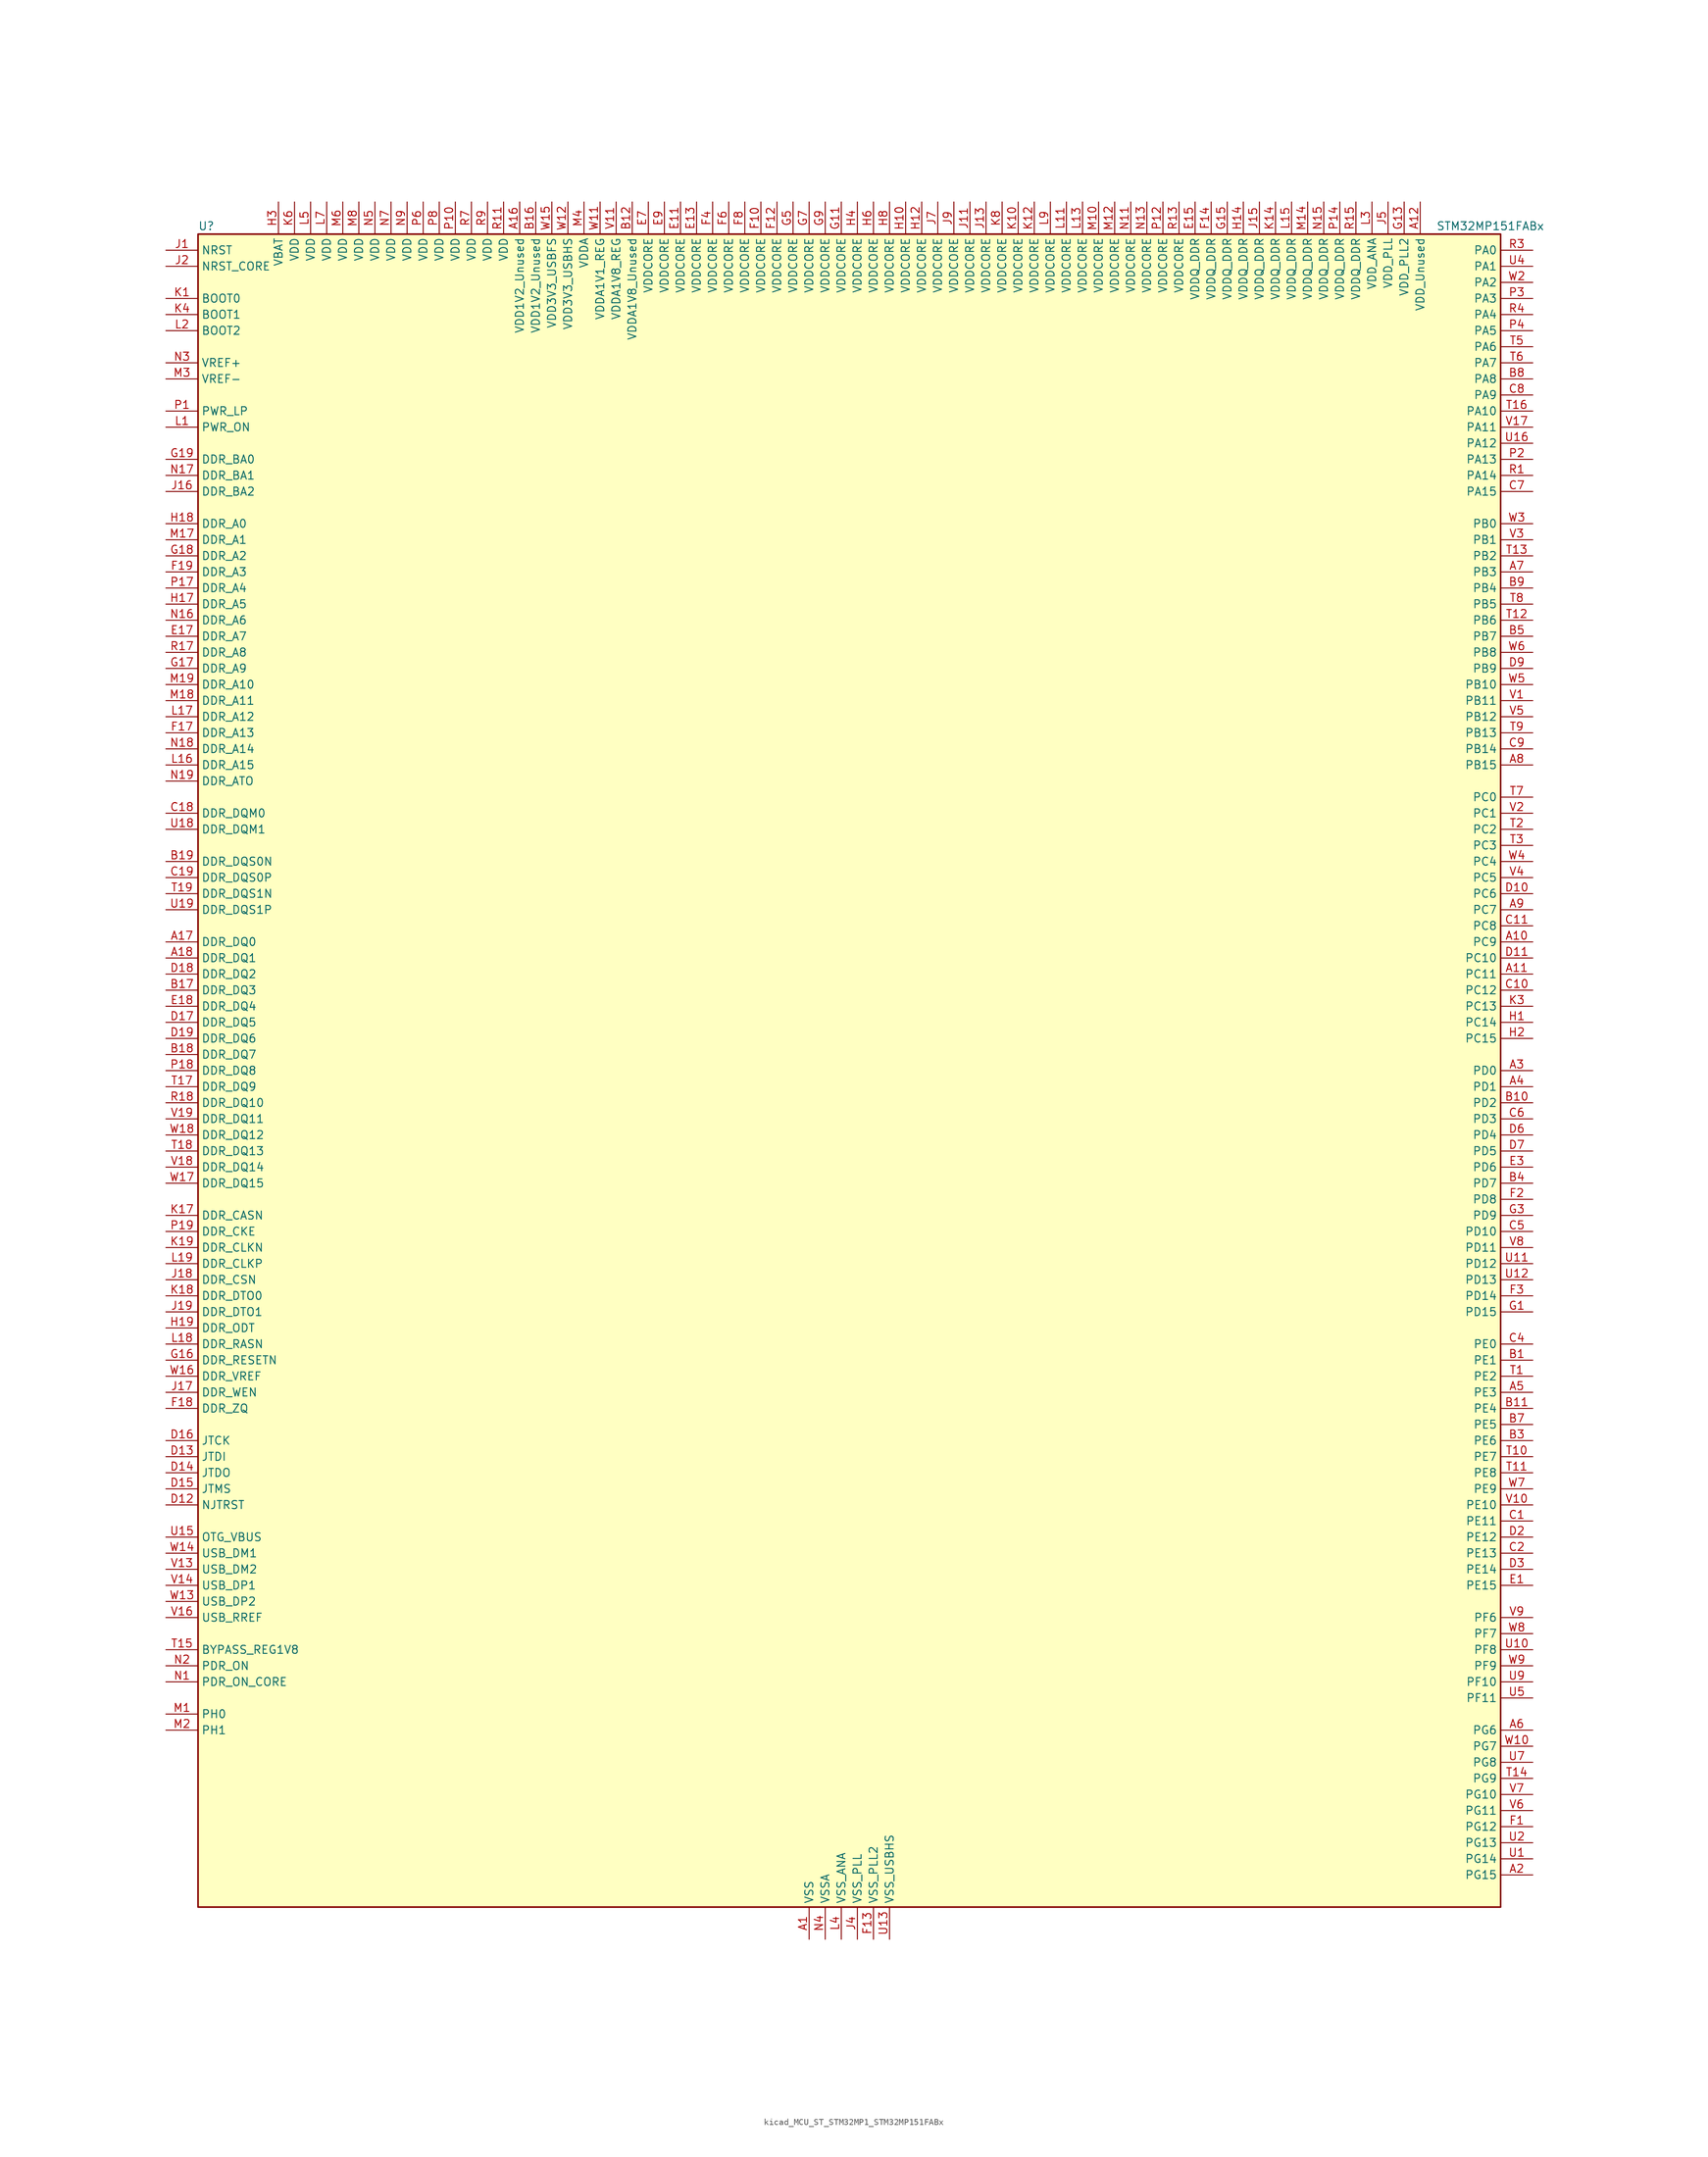
<source format=kicad_sym>
(kicad_symbol_lib
  (version 20220914)
  (generator kicad_symbol_editor)
  (symbol "kicad_MCU_ST_STM32MP1_STM32MP151FABx"
    (property "Reference" "U"
      (at -101.6 133.35 0)
      (effects (font (size 1.27 1.27)) (justify left)))
    (property "Value" "STM32MP151FABx"
      (at 93.98 133.35 0)
      (effects (font (size 1.27 1.27)) (justify left)))
    (property "ki_locked" ""
      (at 0 0 0)
      (effects (font (size 1.27 1.27))))
    (symbol "kicad_MCU_ST_STM32MP1_STM32MP151FABx_0_1"
      (rectangle (start -101.6 -132.08) (end 104.14 132.08) (stroke (width 0.254) (type default)) (fill (type background))))
    (symbol "kicad_MCU_ST_STM32MP1_STM32MP151FABx_1_1"
      (pin power_in line (at -5.08 -137.16 90) (length 5.08) (name "VSS" (effects (font (size 1.27 1.27)))) (number "A1" (effects (font (size 1.27 1.27)))))
      (pin bidirectional line (at 109.22 20.32 180) (length 5.08) (name "PC9" (effects (font (size 1.27 1.27)))) (number "A10" (effects (font (size 1.27 1.27)))) (alternate "DAC1_EXTI9" bidirectional line) (alternate "DCMI_D3" bidirectional line) (alternate "DEBUG_TRACED1" bidirectional line) (alternate "I2C3_SDA" bidirectional line) (alternate "I2S_CKIN" bidirectional line) (alternate "LTDC_B2" bidirectional line) (alternate "QUADSPI_BK1_IO0" bidirectional line) (alternate "SDMMC1_D1" bidirectional line) (alternate "TIM3_CH4" bidirectional line) (alternate "TIM8_CH4" bidirectional line) (alternate "UART5_CTS" bidirectional line))
      (pin bidirectional line (at 109.22 15.24 180) (length 5.08) (name "PC11" (effects (font (size 1.27 1.27)))) (number "A11" (effects (font (size 1.27 1.27)))) (alternate "ADC1_EXTI11" bidirectional line) (alternate "ADC2_EXTI11" bidirectional line) (alternate "DCMI_D4" bidirectional line) (alternate "DEBUG_TRACED3" bidirectional line) (alternate "DFSDM1_DATIN5" bidirectional line) (alternate "I2S3_SDI" bidirectional line) (alternate "QUADSPI_BK2_NCS" bidirectional line) (alternate "SAI4_SCK_B" bidirectional line) (alternate "SDMMC1_D3" bidirectional line) (alternate "SPI3_MISO" bidirectional line) (alternate "UART4_RX" bidirectional line) (alternate "USART3_RX" bidirectional line))
      (pin power_in line (at 91.44 137.16 270) (length 5.08) (name "VDD_Unused" (effects (font (size 1.27 1.27)))) (number "A12" (effects (font (size 1.27 1.27)))))
      (pin no_connect line (at -101.6 -132.08 0) (length 5.08) hide (name "DNU" (effects (font (size 1.27 1.27)))) (number "A13" (effects (font (size 1.27 1.27)))))
      (pin no_connect line (at -101.6 -129.54 0) (length 5.08) hide (name "DNU" (effects (font (size 1.27 1.27)))) (number "A14" (effects (font (size 1.27 1.27)))))
      (pin no_connect line (at -101.6 -127 0) (length 5.08) hide (name "DNU" (effects (font (size 1.27 1.27)))) (number "A15" (effects (font (size 1.27 1.27)))))
      (pin power_in line (at -50.8 137.16 270) (length 5.08) (name "VDD1V2_Unused" (effects (font (size 1.27 1.27)))) (number "A16" (effects (font (size 1.27 1.27)))))
      (pin bidirectional line (at -106.68 20.32 0) (length 5.08) (name "DDR_DQ0" (effects (font (size 1.27 1.27)))) (number "A17" (effects (font (size 1.27 1.27)))) (alternate "DDR_DQ0" bidirectional line))
      (pin bidirectional line (at -106.68 17.78 0) (length 5.08) (name "DDR_DQ1" (effects (font (size 1.27 1.27)))) (number "A18" (effects (font (size 1.27 1.27)))) (alternate "DDR_DQ1" bidirectional line))
      (pin passive line (at -5.08 -137.16 90) (length 5.08) hide (name "VSS" (effects (font (size 1.27 1.27)))) (number "A19" (effects (font (size 1.27 1.27)))))
      (pin bidirectional line (at 109.22 -127 180) (length 5.08) (name "PG15" (effects (font (size 1.27 1.27)))) (number "A2" (effects (font (size 1.27 1.27)))) (alternate "ADC1_EXTI15" bidirectional line) (alternate "ADC2_EXTI15" bidirectional line) (alternate "DCMI_D13" bidirectional line) (alternate "DEBUG_TRACED7" bidirectional line) (alternate "I2C2_SDA" bidirectional line) (alternate "SAI1_D2" bidirectional line) (alternate "SAI1_FS_A" bidirectional line) (alternate "SDMMC3_CK" bidirectional line) (alternate "USART6_CTS" bidirectional line) (alternate "USART6_NSS" bidirectional line))
      (pin bidirectional line (at 109.22 0 180) (length 5.08) (name "PD0" (effects (font (size 1.27 1.27)))) (number "A3" (effects (font (size 1.27 1.27)))) (alternate "DFSDM1_CKIN6" bidirectional line) (alternate "DFSDM1_DATIN7" bidirectional line) (alternate "FMC_D2" bidirectional line) (alternate "FMC_DA2" bidirectional line) (alternate "I2C5_SDA" bidirectional line) (alternate "I2C6_SDA" bidirectional line) (alternate "SAI3_SCK_A" bidirectional line) (alternate "SDMMC3_CMD" bidirectional line) (alternate "UART4_RX" bidirectional line))
      (pin bidirectional line (at 109.22 -2.54 180) (length 5.08) (name "PD1" (effects (font (size 1.27 1.27)))) (number "A4" (effects (font (size 1.27 1.27)))) (alternate "DFSDM1_CKIN7" bidirectional line) (alternate "DFSDM1_DATIN6" bidirectional line) (alternate "FMC_D3" bidirectional line) (alternate "FMC_DA3" bidirectional line) (alternate "I2C5_SCL" bidirectional line) (alternate "I2C6_SCL" bidirectional line) (alternate "SAI3_SD_A" bidirectional line) (alternate "SDMMC3_D0" bidirectional line) (alternate "UART4_TX" bidirectional line))
      (pin bidirectional line (at 109.22 -50.8 180) (length 5.08) (name "PE3" (effects (font (size 1.27 1.27)))) (number "A5" (effects (font (size 1.27 1.27)))) (alternate "DEBUG_TRACED0" bidirectional line) (alternate "FMC_A19" bidirectional line) (alternate "SAI1_SD_B" bidirectional line) (alternate "SDMMC2_CK" bidirectional line) (alternate "TIM15_BKIN" bidirectional line))
      (pin bidirectional line (at 109.22 -104.14 180) (length 5.08) (name "PG6" (effects (font (size 1.27 1.27)))) (number "A6" (effects (font (size 1.27 1.27)))) (alternate "DCMI_D12" bidirectional line) (alternate "DEBUG_TRACED14" bidirectional line) (alternate "LTDC_R7" bidirectional line) (alternate "SDMMC2_CMD" bidirectional line) (alternate "TIM17_BKIN" bidirectional line))
      (pin bidirectional line (at 109.22 78.74 180) (length 5.08) (name "PB3" (effects (font (size 1.27 1.27)))) (number "A7" (effects (font (size 1.27 1.27)))) (alternate "DEBUG_TRACED9" bidirectional line) (alternate "I2S1_CK" bidirectional line) (alternate "I2S3_CK" bidirectional line) (alternate "SAI4_CK1" bidirectional line) (alternate "SAI4_MCLK_A" bidirectional line) (alternate "SDMMC2_D2" bidirectional line) (alternate "SPI1_SCK" bidirectional line) (alternate "SPI3_SCK" bidirectional line) (alternate "SPI6_SCK" bidirectional line) (alternate "TIM2_CH2" bidirectional line) (alternate "UART7_RX" bidirectional line))
      (pin bidirectional line (at 109.22 48.26 180) (length 5.08) (name "PB15" (effects (font (size 1.27 1.27)))) (number "A8" (effects (font (size 1.27 1.27)))) (alternate "ADC1_EXTI15" bidirectional line) (alternate "ADC2_EXTI15" bidirectional line) (alternate "DFSDM1_CKIN2" bidirectional line) (alternate "I2S2_SDO" bidirectional line) (alternate "RTC_REFIN" bidirectional line) (alternate "SDMMC2_D1" bidirectional line) (alternate "SPI2_MOSI" bidirectional line) (alternate "TIM12_CH2" bidirectional line) (alternate "TIM1_CH3N" bidirectional line) (alternate "TIM8_CH3N" bidirectional line) (alternate "USART1_RX" bidirectional line))
      (pin bidirectional line (at 109.22 25.4 180) (length 5.08) (name "PC7" (effects (font (size 1.27 1.27)))) (number "A9" (effects (font (size 1.27 1.27)))) (alternate "DCMI_D1" bidirectional line) (alternate "DFSDM1_DATIN3" bidirectional line) (alternate "HDP_HDP4" bidirectional line) (alternate "I2S3_MCK" bidirectional line) (alternate "LTDC_G6" bidirectional line) (alternate "SDMMC1_D123DIR" bidirectional line) (alternate "SDMMC1_D7" bidirectional line) (alternate "SDMMC2_D123DIR" bidirectional line) (alternate "SDMMC2_D7" bidirectional line) (alternate "TIM3_CH2" bidirectional line) (alternate "TIM8_CH2" bidirectional line) (alternate "USART6_RX" bidirectional line))
      (pin bidirectional line (at 109.22 -45.72 180) (length 5.08) (name "PE1" (effects (font (size 1.27 1.27)))) (number "B1" (effects (font (size 1.27 1.27)))) (alternate "DCMI_D3" bidirectional line) (alternate "FMC_NBL1" bidirectional line) (alternate "I2S2_MCK" bidirectional line) (alternate "LPTIM1_IN2" bidirectional line) (alternate "SAI3_SD_B" bidirectional line) (alternate "UART8_TX" bidirectional line))
      (pin bidirectional line (at 109.22 -5.08 180) (length 5.08) (name "PD2" (effects (font (size 1.27 1.27)))) (number "B10" (effects (font (size 1.27 1.27)))) (alternate "DCMI_D11" bidirectional line) (alternate "I2C5_SMBA" bidirectional line) (alternate "SDMMC1_CMD" bidirectional line) (alternate "TIM3_ETR" bidirectional line) (alternate "UART4_RX" bidirectional line) (alternate "UART5_RX" bidirectional line))
      (pin bidirectional line (at 109.22 -53.34 180) (length 5.08) (name "PE4" (effects (font (size 1.27 1.27)))) (number "B11" (effects (font (size 1.27 1.27)))) (alternate "DCMI_D4" bidirectional line) (alternate "DEBUG_TRACED1" bidirectional line) (alternate "DFSDM1_DATIN3" bidirectional line) (alternate "FMC_A20" bidirectional line) (alternate "LTDC_B0" bidirectional line) (alternate "SAI1_D2" bidirectional line) (alternate "SAI1_FS_A" bidirectional line) (alternate "SDMMC1_CKIN" bidirectional line) (alternate "SDMMC1_D4" bidirectional line) (alternate "SDMMC2_CKIN" bidirectional line) (alternate "SDMMC2_D4" bidirectional line) (alternate "SPI4_NSS" bidirectional line) (alternate "TIM15_CH1N" bidirectional line))
      (pin power_in line (at -33.02 137.16 270) (length 5.08) (name "VDDA1V8_Unused" (effects (font (size 1.27 1.27)))) (number "B12" (effects (font (size 1.27 1.27)))))
      (pin no_connect line (at -101.6 -124.46 0) (length 5.08) hide (name "DNU" (effects (font (size 1.27 1.27)))) (number "B13" (effects (font (size 1.27 1.27)))))
      (pin no_connect line (at -101.6 -121.92 0) (length 5.08) hide (name "DNU" (effects (font (size 1.27 1.27)))) (number "B14" (effects (font (size 1.27 1.27)))))
      (pin no_connect line (at -101.6 -119.38 0) (length 5.08) hide (name "DNU" (effects (font (size 1.27 1.27)))) (number "B15" (effects (font (size 1.27 1.27)))))
      (pin power_in line (at -48.26 137.16 270) (length 5.08) (name "VDD1V2_Unused" (effects (font (size 1.27 1.27)))) (number "B16" (effects (font (size 1.27 1.27)))))
      (pin bidirectional line (at -106.68 12.7 0) (length 5.08) (name "DDR_DQ3" (effects (font (size 1.27 1.27)))) (number "B17" (effects (font (size 1.27 1.27)))) (alternate "DDR_DQ3" bidirectional line))
      (pin bidirectional line (at -106.68 2.54 0) (length 5.08) (name "DDR_DQ7" (effects (font (size 1.27 1.27)))) (number "B18" (effects (font (size 1.27 1.27)))) (alternate "DDR_DQ7" bidirectional line))
      (pin bidirectional line (at -106.68 33.02 0) (length 5.08) (name "DDR_DQS0N" (effects (font (size 1.27 1.27)))) (number "B19" (effects (font (size 1.27 1.27)))) (alternate "DDR_DQS0N" bidirectional line))
      (pin passive line (at -5.08 -137.16 90) (length 5.08) hide (name "VSS" (effects (font (size 1.27 1.27)))) (number "B2" (effects (font (size 1.27 1.27)))))
      (pin bidirectional line (at 109.22 -58.42 180) (length 5.08) (name "PE6" (effects (font (size 1.27 1.27)))) (number "B3" (effects (font (size 1.27 1.27)))) (alternate "DCMI_D7" bidirectional line) (alternate "DEBUG_TRACED2" bidirectional line) (alternate "FMC_A22" bidirectional line) (alternate "LTDC_G1" bidirectional line) (alternate "SAI1_D1" bidirectional line) (alternate "SAI1_SD_A" bidirectional line) (alternate "SAI2_MCLK_B" bidirectional line) (alternate "SDMMC1_D2" bidirectional line) (alternate "SDMMC2_D0" bidirectional line) (alternate "SPI4_MOSI" bidirectional line) (alternate "TIM15_CH2" bidirectional line) (alternate "TIM1_BKIN2" bidirectional line))
      (pin bidirectional line (at 109.22 -17.78 180) (length 5.08) (name "PD7" (effects (font (size 1.27 1.27)))) (number "B4" (effects (font (size 1.27 1.27)))) (alternate "DEBUG_TRACED6" bidirectional line) (alternate "DFSDM1_CKIN1" bidirectional line) (alternate "DFSDM1_DATIN4" bidirectional line) (alternate "FMC_NE1" bidirectional line) (alternate "I2C2_SCL" bidirectional line) (alternate "SDMMC3_D3" bidirectional line) (alternate "SPDIFRX_IN0" bidirectional line) (alternate "USART2_CK" bidirectional line))
      (pin bidirectional line (at 109.22 68.58 180) (length 5.08) (name "PB7" (effects (font (size 1.27 1.27)))) (number "B5" (effects (font (size 1.27 1.27)))) (alternate "DCMI_VSYNC" bidirectional line) (alternate "DFSDM1_CKIN5" bidirectional line) (alternate "FMC_NL" bidirectional line) (alternate "I2C1_SDA" bidirectional line) (alternate "I2C4_SDA" bidirectional line) (alternate "SDMMC2_D1" bidirectional line) (alternate "TIM17_CH1N" bidirectional line) (alternate "TIM4_CH2" bidirectional line) (alternate "USART1_RX" bidirectional line))
      (pin passive line (at -5.08 -137.16 90) (length 5.08) hide (name "VSS" (effects (font (size 1.27 1.27)))) (number "B6" (effects (font (size 1.27 1.27)))))
      (pin bidirectional line (at 109.22 -55.88 180) (length 5.08) (name "PE5" (effects (font (size 1.27 1.27)))) (number "B7" (effects (font (size 1.27 1.27)))) (alternate "DCMI_D6" bidirectional line) (alternate "DEBUG_TRACED3" bidirectional line) (alternate "DFSDM1_CKIN3" bidirectional line) (alternate "FMC_A21" bidirectional line) (alternate "LTDC_G0" bidirectional line) (alternate "SAI1_CK2" bidirectional line) (alternate "SAI1_SCK_A" bidirectional line) (alternate "SDMMC1_D0DIR" bidirectional line) (alternate "SDMMC1_D6" bidirectional line) (alternate "SDMMC2_D0DIR" bidirectional line) (alternate "SDMMC2_D6" bidirectional line) (alternate "SPI4_MISO" bidirectional line) (alternate "TIM15_CH1" bidirectional line))
      (pin bidirectional line (at 109.22 109.22 180) (length 5.08) (name "PA8" (effects (font (size 1.27 1.27)))) (number "B8" (effects (font (size 1.27 1.27)))) (alternate "I2C3_SCL" bidirectional line) (alternate "I2S3_SDO" bidirectional line) (alternate "LTDC_R6" bidirectional line) (alternate "RCC_MCO_1" bidirectional line) (alternate "SAI4_SD_B" bidirectional line) (alternate "SDMMC2_CKIN" bidirectional line) (alternate "SDMMC2_D4" bidirectional line) (alternate "SPI3_MOSI" bidirectional line) (alternate "TIM1_CH1" bidirectional line) (alternate "TIM8_BKIN2" bidirectional line) (alternate "UART7_RX" bidirectional line) (alternate "USART1_CK" bidirectional line) (alternate "USB_OTG_HS_SOF" bidirectional line))
      (pin bidirectional line (at 109.22 76.2 180) (length 5.08) (name "PB4" (effects (font (size 1.27 1.27)))) (number "B9" (effects (font (size 1.27 1.27)))) (alternate "DEBUG_TRACED8" bidirectional line) (alternate "I2S1_SDI" bidirectional line) (alternate "I2S2_WS" bidirectional line) (alternate "I2S3_SDI" bidirectional line) (alternate "SAI4_CK2" bidirectional line) (alternate "SAI4_SCK_A" bidirectional line) (alternate "SDMMC2_D3" bidirectional line) (alternate "SPI1_MISO" bidirectional line) (alternate "SPI2_NSS" bidirectional line) (alternate "SPI3_MISO" bidirectional line) (alternate "SPI6_MISO" bidirectional line) (alternate "TIM16_BKIN" bidirectional line) (alternate "TIM3_CH1" bidirectional line) (alternate "UART7_TX" bidirectional line))
      (pin bidirectional line (at 109.22 -71.12 180) (length 5.08) (name "PE11" (effects (font (size 1.27 1.27)))) (number "C1" (effects (font (size 1.27 1.27)))) (alternate "ADC1_EXTI11" bidirectional line) (alternate "ADC2_EXTI11" bidirectional line) (alternate "DCMI_D4" bidirectional line) (alternate "DFSDM1_CKIN4" bidirectional line) (alternate "FMC_D8" bidirectional line) (alternate "FMC_DA8" bidirectional line) (alternate "LTDC_G3" bidirectional line) (alternate "SAI2_SD_B" bidirectional line) (alternate "SPI4_NSS" bidirectional line) (alternate "TIM1_CH2" bidirectional line) (alternate "USART6_CK" bidirectional line))
      (pin bidirectional line (at 109.22 12.7 180) (length 5.08) (name "PC12" (effects (font (size 1.27 1.27)))) (number "C10" (effects (font (size 1.27 1.27)))) (alternate "DCMI_D9" bidirectional line) (alternate "DEBUG_TRACECLK" bidirectional line) (alternate "I2S3_SDO" bidirectional line) (alternate "RCC_MCO_2" bidirectional line) (alternate "SAI4_D3" bidirectional line) (alternate "SAI4_SD_B" bidirectional line) (alternate "SDMMC1_CK" bidirectional line) (alternate "SPI3_MOSI" bidirectional line) (alternate "UART5_TX" bidirectional line) (alternate "USART3_CK" bidirectional line))
      (pin bidirectional line (at 109.22 22.86 180) (length 5.08) (name "PC8" (effects (font (size 1.27 1.27)))) (number "C11" (effects (font (size 1.27 1.27)))) (alternate "DCMI_D2" bidirectional line) (alternate "DEBUG_TRACED0" bidirectional line) (alternate "SDMMC1_D0" bidirectional line) (alternate "TIM3_CH3" bidirectional line) (alternate "TIM8_CH3" bidirectional line) (alternate "UART4_TX" bidirectional line) (alternate "UART5_DE" bidirectional line) (alternate "UART5_RTS" bidirectional line) (alternate "USART6_CK" bidirectional line))
      (pin passive line (at -5.08 -137.16 90) (length 5.08) hide (name "VSS" (effects (font (size 1.27 1.27)))) (number "C12" (effects (font (size 1.27 1.27)))))
      (pin passive line (at -5.08 -137.16 90) (length 5.08) hide (name "VSS" (effects (font (size 1.27 1.27)))) (number "C13" (effects (font (size 1.27 1.27)))))
      (pin passive line (at -5.08 -137.16 90) (length 5.08) hide (name "VSS" (effects (font (size 1.27 1.27)))) (number "C14" (effects (font (size 1.27 1.27)))))
      (pin passive line (at -5.08 -137.16 90) (length 5.08) hide (name "VSS" (effects (font (size 1.27 1.27)))) (number "C15" (effects (font (size 1.27 1.27)))))
      (pin passive line (at -5.08 -137.16 90) (length 5.08) hide (name "VSS" (effects (font (size 1.27 1.27)))) (number "C16" (effects (font (size 1.27 1.27)))))
      (pin passive line (at -5.08 -137.16 90) (length 5.08) hide (name "VSS" (effects (font (size 1.27 1.27)))) (number "C17" (effects (font (size 1.27 1.27)))))
      (pin bidirectional line (at -106.68 40.64 0) (length 5.08) (name "DDR_DQM0" (effects (font (size 1.27 1.27)))) (number "C18" (effects (font (size 1.27 1.27)))) (alternate "DDR_DQM0" bidirectional line))
      (pin bidirectional line (at -106.68 30.48 0) (length 5.08) (name "DDR_DQS0P" (effects (font (size 1.27 1.27)))) (number "C19" (effects (font (size 1.27 1.27)))) (alternate "DDR_DQS0P" bidirectional line))
      (pin bidirectional line (at 109.22 -76.2 180) (length 5.08) (name "PE13" (effects (font (size 1.27 1.27)))) (number "C2" (effects (font (size 1.27 1.27)))) (alternate "DCMI_D6" bidirectional line) (alternate "DFSDM1_CKIN5" bidirectional line) (alternate "FMC_D10" bidirectional line) (alternate "FMC_DA10" bidirectional line) (alternate "HDP_HDP2" bidirectional line) (alternate "LTDC_DE" bidirectional line) (alternate "SAI2_FS_B" bidirectional line) (alternate "SPI4_MISO" bidirectional line) (alternate "TIM1_CH3" bidirectional line))
      (pin passive line (at -5.08 -137.16 90) (length 5.08) hide (name "VSS" (effects (font (size 1.27 1.27)))) (number "C3" (effects (font (size 1.27 1.27)))))
      (pin bidirectional line (at 109.22 -43.18 180) (length 5.08) (name "PE0" (effects (font (size 1.27 1.27)))) (number "C4" (effects (font (size 1.27 1.27)))) (alternate "DCMI_D2" bidirectional line) (alternate "FMC_NBL0" bidirectional line) (alternate "I2S3_CK" bidirectional line) (alternate "LPTIM1_ETR" bidirectional line) (alternate "LPTIM2_ETR" bidirectional line) (alternate "SAI2_MCLK_A" bidirectional line) (alternate "SAI4_MCLK_B" bidirectional line) (alternate "SPI3_SCK" bidirectional line) (alternate "TIM4_ETR" bidirectional line) (alternate "UART8_RX" bidirectional line))
      (pin bidirectional line (at 109.22 -25.4 180) (length 5.08) (name "PD10" (effects (font (size 1.27 1.27)))) (number "C5" (effects (font (size 1.27 1.27)))) (alternate "DFSDM1_CKOUT" bidirectional line) (alternate "FMC_D15" bidirectional line) (alternate "FMC_DA15" bidirectional line) (alternate "I2C5_SMBA" bidirectional line) (alternate "I2S3_SDI" bidirectional line) (alternate "LTDC_B3" bidirectional line) (alternate "RTC_REFIN" bidirectional line) (alternate "SAI3_FS_B" bidirectional line) (alternate "SPI3_MISO" bidirectional line) (alternate "TIM16_BKIN" bidirectional line) (alternate "USART3_CK" bidirectional line))
      (pin bidirectional line (at 109.22 -7.62 180) (length 5.08) (name "PD3" (effects (font (size 1.27 1.27)))) (number "C6" (effects (font (size 1.27 1.27)))) (alternate "DCMI_D5" bidirectional line) (alternate "DFSDM1_CKOUT" bidirectional line) (alternate "DFSDM1_DATIN0" bidirectional line) (alternate "FMC_CLK" bidirectional line) (alternate "HDP_HDP5" bidirectional line) (alternate "I2S2_CK" bidirectional line) (alternate "LTDC_G7" bidirectional line) (alternate "SDMMC1_D123DIR" bidirectional line) (alternate "SDMMC1_D7" bidirectional line) (alternate "SDMMC2_D123DIR" bidirectional line) (alternate "SDMMC2_D7" bidirectional line) (alternate "SPI2_SCK" bidirectional line) (alternate "USART2_CTS" bidirectional line) (alternate "USART2_NSS" bidirectional line))
      (pin bidirectional line (at 109.22 91.44 180) (length 5.08) (name "PA15" (effects (font (size 1.27 1.27)))) (number "C7" (effects (font (size 1.27 1.27)))) (alternate "ADC1_EXTI15" bidirectional line) (alternate "ADC2_EXTI15" bidirectional line) (alternate "CEC" bidirectional line) (alternate "DEBUG_DBTRGI" bidirectional line) (alternate "I2S1_WS" bidirectional line) (alternate "I2S3_WS" bidirectional line) (alternate "LTDC_R1" bidirectional line) (alternate "SAI4_D2" bidirectional line) (alternate "SAI4_FS_A" bidirectional line) (alternate "SDMMC1_CDIR" bidirectional line) (alternate "SDMMC1_D5" bidirectional line) (alternate "SDMMC2_CDIR" bidirectional line) (alternate "SDMMC2_D5" bidirectional line) (alternate "SPI1_NSS" bidirectional line) (alternate "SPI3_NSS" bidirectional line) (alternate "SPI6_NSS" bidirectional line) (alternate "TIM2_CH1" bidirectional line) (alternate "TIM2_ETR" bidirectional line) (alternate "UART4_DE" bidirectional line) (alternate "UART4_RTS" bidirectional line) (alternate "UART7_TX" bidirectional line))
      (pin bidirectional line (at 109.22 106.68 180) (length 5.08) (name "PA9" (effects (font (size 1.27 1.27)))) (number "C8" (effects (font (size 1.27 1.27)))) (alternate "DAC1_EXTI9" bidirectional line) (alternate "DCMI_D0" bidirectional line) (alternate "I2C3_SMBA" bidirectional line) (alternate "I2S2_CK" bidirectional line) (alternate "LTDC_R5" bidirectional line) (alternate "SDMMC2_CDIR" bidirectional line) (alternate "SDMMC2_D5" bidirectional line) (alternate "SPI2_SCK" bidirectional line) (alternate "TIM1_CH2" bidirectional line) (alternate "USART1_TX" bidirectional line))
      (pin bidirectional line (at 109.22 50.8 180) (length 5.08) (name "PB14" (effects (font (size 1.27 1.27)))) (number "C9" (effects (font (size 1.27 1.27)))) (alternate "DFSDM1_DATIN2" bidirectional line) (alternate "I2S2_SDI" bidirectional line) (alternate "SDMMC2_D0" bidirectional line) (alternate "SPI2_MISO" bidirectional line) (alternate "TIM12_CH1" bidirectional line) (alternate "TIM1_CH2N" bidirectional line) (alternate "TIM8_CH2N" bidirectional line) (alternate "USART1_TX" bidirectional line) (alternate "USART3_DE" bidirectional line) (alternate "USART3_RTS" bidirectional line))
      (pin passive line (at -5.08 -137.16 90) (length 5.08) hide (name "VSS" (effects (font (size 1.27 1.27)))) (number "D1" (effects (font (size 1.27 1.27)))))
      (pin bidirectional line (at 109.22 27.94 180) (length 5.08) (name "PC6" (effects (font (size 1.27 1.27)))) (number "D10" (effects (font (size 1.27 1.27)))) (alternate "DCMI_D0" bidirectional line) (alternate "DFSDM1_CKIN3" bidirectional line) (alternate "HDP_HDP1" bidirectional line) (alternate "I2S2_MCK" bidirectional line) (alternate "LTDC_HSYNC" bidirectional line) (alternate "SDMMC1_D0DIR" bidirectional line) (alternate "SDMMC1_D6" bidirectional line) (alternate "SDMMC2_D0DIR" bidirectional line) (alternate "SDMMC2_D6" bidirectional line) (alternate "TIM3_CH1" bidirectional line) (alternate "TIM8_CH1" bidirectional line) (alternate "USART6_TX" bidirectional line))
      (pin bidirectional line (at 109.22 17.78 180) (length 5.08) (name "PC10" (effects (font (size 1.27 1.27)))) (number "D11" (effects (font (size 1.27 1.27)))) (alternate "DCMI_D8" bidirectional line) (alternate "DEBUG_TRACED2" bidirectional line) (alternate "DFSDM1_CKIN5" bidirectional line) (alternate "I2S3_CK" bidirectional line) (alternate "LTDC_R2" bidirectional line) (alternate "QUADSPI_BK1_IO1" bidirectional line) (alternate "SAI4_MCLK_B" bidirectional line) (alternate "SDMMC1_D2" bidirectional line) (alternate "SPI3_SCK" bidirectional line) (alternate "UART4_TX" bidirectional line) (alternate "USART3_TX" bidirectional line))
      (pin bidirectional line (at -106.68 -68.58 0) (length 5.08) (name "NJTRST" (effects (font (size 1.27 1.27)))) (number "D12" (effects (font (size 1.27 1.27)))) (alternate "DEBUG_JTRST" bidirectional line))
      (pin bidirectional line (at -106.68 -60.96 0) (length 5.08) (name "JTDI" (effects (font (size 1.27 1.27)))) (number "D13" (effects (font (size 1.27 1.27)))) (alternate "DEBUG_JTDI" bidirectional line))
      (pin bidirectional line (at -106.68 -63.5 0) (length 5.08) (name "JTDO" (effects (font (size 1.27 1.27)))) (number "D14" (effects (font (size 1.27 1.27)))) (alternate "DEBUG_JTDO-SWO" bidirectional line))
      (pin bidirectional line (at -106.68 -66.04 0) (length 5.08) (name "JTMS" (effects (font (size 1.27 1.27)))) (number "D15" (effects (font (size 1.27 1.27)))) (alternate "DEBUG_JTMS-SWDIO" bidirectional line))
      (pin bidirectional line (at -106.68 -58.42 0) (length 5.08) (name "JTCK" (effects (font (size 1.27 1.27)))) (number "D16" (effects (font (size 1.27 1.27)))) (alternate "DEBUG_JTCK-SWCLK" bidirectional line))
      (pin bidirectional line (at -106.68 7.62 0) (length 5.08) (name "DDR_DQ5" (effects (font (size 1.27 1.27)))) (number "D17" (effects (font (size 1.27 1.27)))) (alternate "DDR_DQ5" bidirectional line))
      (pin bidirectional line (at -106.68 15.24 0) (length 5.08) (name "DDR_DQ2" (effects (font (size 1.27 1.27)))) (number "D18" (effects (font (size 1.27 1.27)))) (alternate "DDR_DQ2" bidirectional line))
      (pin bidirectional line (at -106.68 5.08 0) (length 5.08) (name "DDR_DQ6" (effects (font (size 1.27 1.27)))) (number "D19" (effects (font (size 1.27 1.27)))) (alternate "DDR_DQ6" bidirectional line))
      (pin bidirectional line (at 109.22 -73.66 180) (length 5.08) (name "PE12" (effects (font (size 1.27 1.27)))) (number "D2" (effects (font (size 1.27 1.27)))) (alternate "DFSDM1_DATIN5" bidirectional line) (alternate "FMC_D9" bidirectional line) (alternate "FMC_DA9" bidirectional line) (alternate "LTDC_B4" bidirectional line) (alternate "SAI2_SCK_B" bidirectional line) (alternate "SDMMC1_D0DIR" bidirectional line) (alternate "SPI4_SCK" bidirectional line) (alternate "TIM1_CH3N" bidirectional line))
      (pin bidirectional line (at 109.22 -78.74 180) (length 5.08) (name "PE14" (effects (font (size 1.27 1.27)))) (number "D3" (effects (font (size 1.27 1.27)))) (alternate "FMC_D11" bidirectional line) (alternate "FMC_DA11" bidirectional line) (alternate "LTDC_CLK" bidirectional line) (alternate "LTDC_G0" bidirectional line) (alternate "SAI2_MCLK_B" bidirectional line) (alternate "SDMMC1_D123DIR" bidirectional line) (alternate "SPI4_MOSI" bidirectional line) (alternate "TIM1_CH4" bidirectional line) (alternate "UART8_DE" bidirectional line) (alternate "UART8_RTS" bidirectional line))
      (pin passive line (at -5.08 -137.16 90) (length 5.08) hide (name "VSS" (effects (font (size 1.27 1.27)))) (number "D4" (effects (font (size 1.27 1.27)))))
      (pin passive line (at -5.08 -137.16 90) (length 5.08) hide (name "VSS" (effects (font (size 1.27 1.27)))) (number "D5" (effects (font (size 1.27 1.27)))))
      (pin bidirectional line (at 109.22 -10.16 180) (length 5.08) (name "PD4" (effects (font (size 1.27 1.27)))) (number "D6" (effects (font (size 1.27 1.27)))) (alternate "DFSDM1_CKIN0" bidirectional line) (alternate "FMC_NOE" bidirectional line) (alternate "SAI3_FS_A" bidirectional line) (alternate "SDMMC3_D1" bidirectional line) (alternate "USART2_DE" bidirectional line) (alternate "USART2_RTS" bidirectional line))
      (pin bidirectional line (at 109.22 -12.7 180) (length 5.08) (name "PD5" (effects (font (size 1.27 1.27)))) (number "D7" (effects (font (size 1.27 1.27)))) (alternate "FMC_NWE" bidirectional line) (alternate "SDMMC3_D2" bidirectional line) (alternate "USART2_TX" bidirectional line))
      (pin passive line (at -5.08 -137.16 90) (length 5.08) hide (name "VSS" (effects (font (size 1.27 1.27)))) (number "D8" (effects (font (size 1.27 1.27)))))
      (pin bidirectional line (at 109.22 63.5 180) (length 5.08) (name "PB9" (effects (font (size 1.27 1.27)))) (number "D9" (effects (font (size 1.27 1.27)))) (alternate "DAC1_EXTI9" bidirectional line) (alternate "DCMI_D7" bidirectional line) (alternate "DFSDM1_DATIN7" bidirectional line) (alternate "HDP_HDP7" bidirectional line) (alternate "I2C1_SDA" bidirectional line) (alternate "I2C4_SDA" bidirectional line) (alternate "I2S2_WS" bidirectional line) (alternate "LTDC_B7" bidirectional line) (alternate "SDMMC1_CDIR" bidirectional line) (alternate "SDMMC1_D5" bidirectional line) (alternate "SDMMC2_CDIR" bidirectional line) (alternate "SDMMC2_D5" bidirectional line) (alternate "SPI2_NSS" bidirectional line) (alternate "TIM17_CH1" bidirectional line) (alternate "TIM4_CH4" bidirectional line) (alternate "UART4_TX" bidirectional line))
      (pin bidirectional line (at 109.22 -81.28 180) (length 5.08) (name "PE15" (effects (font (size 1.27 1.27)))) (number "E1" (effects (font (size 1.27 1.27)))) (alternate "ADC1_EXTI15" bidirectional line) (alternate "ADC2_EXTI15" bidirectional line) (alternate "FMC_D12" bidirectional line) (alternate "FMC_DA12" bidirectional line) (alternate "FMC_NCE2" bidirectional line) (alternate "HDP_HDP3" bidirectional line) (alternate "LTDC_R7" bidirectional line) (alternate "TIM15_BKIN" bidirectional line) (alternate "TIM1_BKIN" bidirectional line) (alternate "UART8_CTS" bidirectional line) (alternate "USART2_CTS" bidirectional line) (alternate "USART2_NSS" bidirectional line))
      (pin passive line (at -5.08 -137.16 90) (length 5.08) hide (name "VSS" (effects (font (size 1.27 1.27)))) (number "E10" (effects (font (size 1.27 1.27)))))
      (pin power_in line (at -25.4 137.16 270) (length 5.08) (name "VDDCORE" (effects (font (size 1.27 1.27)))) (number "E11" (effects (font (size 1.27 1.27)))))
      (pin passive line (at -5.08 -137.16 90) (length 5.08) hide (name "VSS" (effects (font (size 1.27 1.27)))) (number "E12" (effects (font (size 1.27 1.27)))))
      (pin power_in line (at -22.86 137.16 270) (length 5.08) (name "VDDCORE" (effects (font (size 1.27 1.27)))) (number "E13" (effects (font (size 1.27 1.27)))))
      (pin passive line (at -5.08 -137.16 90) (length 5.08) hide (name "VSS" (effects (font (size 1.27 1.27)))) (number "E14" (effects (font (size 1.27 1.27)))))
      (pin power_in line (at 55.88 137.16 270) (length 5.08) (name "VDDQ_DDR" (effects (font (size 1.27 1.27)))) (number "E15" (effects (font (size 1.27 1.27)))))
      (pin passive line (at -5.08 -137.16 90) (length 5.08) hide (name "VSS" (effects (font (size 1.27 1.27)))) (number "E16" (effects (font (size 1.27 1.27)))))
      (pin bidirectional line (at -106.68 68.58 0) (length 5.08) (name "DDR_A7" (effects (font (size 1.27 1.27)))) (number "E17" (effects (font (size 1.27 1.27)))) (alternate "DDR_A7" bidirectional line))
      (pin bidirectional line (at -106.68 10.16 0) (length 5.08) (name "DDR_DQ4" (effects (font (size 1.27 1.27)))) (number "E18" (effects (font (size 1.27 1.27)))) (alternate "DDR_DQ4" bidirectional line))
      (pin passive line (at -5.08 -137.16 90) (length 5.08) hide (name "VSS" (effects (font (size 1.27 1.27)))) (number "E2" (effects (font (size 1.27 1.27)))))
      (pin bidirectional line (at 109.22 -15.24 180) (length 5.08) (name "PD6" (effects (font (size 1.27 1.27)))) (number "E3" (effects (font (size 1.27 1.27)))) (alternate "DCMI_D10" bidirectional line) (alternate "DFSDM1_CKIN4" bidirectional line) (alternate "DFSDM1_DATIN1" bidirectional line) (alternate "FMC_NWAIT" bidirectional line) (alternate "I2S3_SDO" bidirectional line) (alternate "LTDC_B2" bidirectional line) (alternate "SAI1_D1" bidirectional line) (alternate "SAI1_SD_A" bidirectional line) (alternate "SPI3_MOSI" bidirectional line) (alternate "TIM16_CH1N" bidirectional line) (alternate "USART2_RX" bidirectional line))
      (pin passive line (at -5.08 -137.16 90) (length 5.08) hide (name "VSS" (effects (font (size 1.27 1.27)))) (number "E4" (effects (font (size 1.27 1.27)))))
      (pin passive line (at -5.08 -137.16 90) (length 5.08) hide (name "VSS" (effects (font (size 1.27 1.27)))) (number "E5" (effects (font (size 1.27 1.27)))))
      (pin passive line (at -5.08 -137.16 90) (length 5.08) hide (name "VSS" (effects (font (size 1.27 1.27)))) (number "E6" (effects (font (size 1.27 1.27)))))
      (pin power_in line (at -30.48 137.16 270) (length 5.08) (name "VDDCORE" (effects (font (size 1.27 1.27)))) (number "E7" (effects (font (size 1.27 1.27)))))
      (pin passive line (at -5.08 -137.16 90) (length 5.08) hide (name "VSS" (effects (font (size 1.27 1.27)))) (number "E8" (effects (font (size 1.27 1.27)))))
      (pin power_in line (at -27.94 137.16 270) (length 5.08) (name "VDDCORE" (effects (font (size 1.27 1.27)))) (number "E9" (effects (font (size 1.27 1.27)))))
      (pin bidirectional line (at 109.22 -119.38 180) (length 5.08) (name "PG12" (effects (font (size 1.27 1.27)))) (number "F1" (effects (font (size 1.27 1.27)))) (alternate "ETH1_PHY_INTN" bidirectional line) (alternate "FMC_NE4" bidirectional line) (alternate "LPTIM1_IN1" bidirectional line) (alternate "LTDC_B1" bidirectional line) (alternate "LTDC_B4" bidirectional line) (alternate "SAI4_CK2" bidirectional line) (alternate "SAI4_SCK_A" bidirectional line) (alternate "SPDIFRX_IN1" bidirectional line) (alternate "SPI6_MISO" bidirectional line) (alternate "USART6_DE" bidirectional line) (alternate "USART6_RTS" bidirectional line))
      (pin power_in line (at -12.7 137.16 270) (length 5.08) (name "VDDCORE" (effects (font (size 1.27 1.27)))) (number "F10" (effects (font (size 1.27 1.27)))))
      (pin passive line (at -5.08 -137.16 90) (length 5.08) hide (name "VSS" (effects (font (size 1.27 1.27)))) (number "F11" (effects (font (size 1.27 1.27)))))
      (pin power_in line (at -10.16 137.16 270) (length 5.08) (name "VDDCORE" (effects (font (size 1.27 1.27)))) (number "F12" (effects (font (size 1.27 1.27)))))
      (pin power_in line (at 5.08 -137.16 90) (length 5.08) (name "VSS_PLL2" (effects (font (size 1.27 1.27)))) (number "F13" (effects (font (size 1.27 1.27)))))
      (pin power_in line (at 58.42 137.16 270) (length 5.08) (name "VDDQ_DDR" (effects (font (size 1.27 1.27)))) (number "F14" (effects (font (size 1.27 1.27)))))
      (pin passive line (at -5.08 -137.16 90) (length 5.08) hide (name "VSS" (effects (font (size 1.27 1.27)))) (number "F15" (effects (font (size 1.27 1.27)))))
      (pin bidirectional line (at -106.68 53.34 0) (length 5.08) (name "DDR_A13" (effects (font (size 1.27 1.27)))) (number "F17" (effects (font (size 1.27 1.27)))) (alternate "DDR_A13" bidirectional line))
      (pin bidirectional line (at -106.68 -53.34 0) (length 5.08) (name "DDR_ZQ" (effects (font (size 1.27 1.27)))) (number "F18" (effects (font (size 1.27 1.27)))) (alternate "DDR_ZQ" bidirectional line))
      (pin bidirectional line (at -106.68 78.74 0) (length 5.08) (name "DDR_A3" (effects (font (size 1.27 1.27)))) (number "F19" (effects (font (size 1.27 1.27)))) (alternate "DDR_A3" bidirectional line))
      (pin bidirectional line (at 109.22 -20.32 180) (length 5.08) (name "PD8" (effects (font (size 1.27 1.27)))) (number "F2" (effects (font (size 1.27 1.27)))) (alternate "DFSDM1_CKIN3" bidirectional line) (alternate "FMC_D13" bidirectional line) (alternate "FMC_DA13" bidirectional line) (alternate "LTDC_B7" bidirectional line) (alternate "SAI3_SCK_B" bidirectional line) (alternate "SPDIFRX_IN1" bidirectional line) (alternate "USART3_TX" bidirectional line))
      (pin bidirectional line (at 109.22 -35.56 180) (length 5.08) (name "PD14" (effects (font (size 1.27 1.27)))) (number "F3" (effects (font (size 1.27 1.27)))) (alternate "FMC_D0" bidirectional line) (alternate "FMC_DA0" bidirectional line) (alternate "SAI3_MCLK_B" bidirectional line) (alternate "TIM4_CH3" bidirectional line) (alternate "UART8_CTS" bidirectional line))
      (pin power_in line (at -20.32 137.16 270) (length 5.08) (name "VDDCORE" (effects (font (size 1.27 1.27)))) (number "F4" (effects (font (size 1.27 1.27)))))
      (pin passive line (at -5.08 -137.16 90) (length 5.08) hide (name "VSS" (effects (font (size 1.27 1.27)))) (number "F5" (effects (font (size 1.27 1.27)))))
      (pin power_in line (at -17.78 137.16 270) (length 5.08) (name "VDDCORE" (effects (font (size 1.27 1.27)))) (number "F6" (effects (font (size 1.27 1.27)))))
      (pin passive line (at -5.08 -137.16 90) (length 5.08) hide (name "VSS" (effects (font (size 1.27 1.27)))) (number "F7" (effects (font (size 1.27 1.27)))))
      (pin power_in line (at -15.24 137.16 270) (length 5.08) (name "VDDCORE" (effects (font (size 1.27 1.27)))) (number "F8" (effects (font (size 1.27 1.27)))))
      (pin passive line (at -5.08 -137.16 90) (length 5.08) hide (name "VSS" (effects (font (size 1.27 1.27)))) (number "F9" (effects (font (size 1.27 1.27)))))
      (pin bidirectional line (at 109.22 -38.1 180) (length 5.08) (name "PD15" (effects (font (size 1.27 1.27)))) (number "G1" (effects (font (size 1.27 1.27)))) (alternate "ADC1_EXTI15" bidirectional line) (alternate "ADC2_EXTI15" bidirectional line) (alternate "FMC_D1" bidirectional line) (alternate "FMC_DA1" bidirectional line) (alternate "LTDC_R1" bidirectional line) (alternate "SAI3_MCLK_A" bidirectional line) (alternate "TIM4_CH4" bidirectional line) (alternate "UART8_CTS" bidirectional line))
      (pin passive line (at -5.08 -137.16 90) (length 5.08) hide (name "VSS" (effects (font (size 1.27 1.27)))) (number "G10" (effects (font (size 1.27 1.27)))))
      (pin power_in line (at 0 137.16 270) (length 5.08) (name "VDDCORE" (effects (font (size 1.27 1.27)))) (number "G11" (effects (font (size 1.27 1.27)))))
      (pin passive line (at -5.08 -137.16 90) (length 5.08) hide (name "VSS" (effects (font (size 1.27 1.27)))) (number "G12" (effects (font (size 1.27 1.27)))))
      (pin power_in line (at 88.9 137.16 270) (length 5.08) (name "VDD_PLL2" (effects (font (size 1.27 1.27)))) (number "G13" (effects (font (size 1.27 1.27)))))
      (pin passive line (at -5.08 -137.16 90) (length 5.08) hide (name "VSS" (effects (font (size 1.27 1.27)))) (number "G14" (effects (font (size 1.27 1.27)))))
      (pin power_in line (at 60.96 137.16 270) (length 5.08) (name "VDDQ_DDR" (effects (font (size 1.27 1.27)))) (number "G15" (effects (font (size 1.27 1.27)))))
      (pin bidirectional line (at -106.68 -45.72 0) (length 5.08) (name "DDR_RESETN" (effects (font (size 1.27 1.27)))) (number "G16" (effects (font (size 1.27 1.27)))) (alternate "DDR_RESETN" bidirectional line))
      (pin bidirectional line (at -106.68 63.5 0) (length 5.08) (name "DDR_A9" (effects (font (size 1.27 1.27)))) (number "G17" (effects (font (size 1.27 1.27)))) (alternate "DDR_A9" bidirectional line))
      (pin bidirectional line (at -106.68 81.28 0) (length 5.08) (name "DDR_A2" (effects (font (size 1.27 1.27)))) (number "G18" (effects (font (size 1.27 1.27)))) (alternate "DDR_A2" bidirectional line))
      (pin bidirectional line (at -106.68 96.52 0) (length 5.08) (name "DDR_BA0" (effects (font (size 1.27 1.27)))) (number "G19" (effects (font (size 1.27 1.27)))) (alternate "DDR_BA0" bidirectional line))
      (pin passive line (at -5.08 -137.16 90) (length 5.08) hide (name "VSS" (effects (font (size 1.27 1.27)))) (number "G2" (effects (font (size 1.27 1.27)))))
      (pin bidirectional line (at 109.22 -22.86 180) (length 5.08) (name "PD9" (effects (font (size 1.27 1.27)))) (number "G3" (effects (font (size 1.27 1.27)))) (alternate "DAC1_EXTI9" bidirectional line) (alternate "DCMI_HSYNC" bidirectional line) (alternate "DFSDM1_DATIN3" bidirectional line) (alternate "FMC_D14" bidirectional line) (alternate "FMC_DA14" bidirectional line) (alternate "LTDC_B0" bidirectional line) (alternate "SAI3_SD_B" bidirectional line) (alternate "USART3_RX" bidirectional line))
      (pin passive line (at -5.08 -137.16 90) (length 5.08) hide (name "VSS" (effects (font (size 1.27 1.27)))) (number "G4" (effects (font (size 1.27 1.27)))))
      (pin power_in line (at -7.62 137.16 270) (length 5.08) (name "VDDCORE" (effects (font (size 1.27 1.27)))) (number "G5" (effects (font (size 1.27 1.27)))))
      (pin passive line (at -5.08 -137.16 90) (length 5.08) hide (name "VSS" (effects (font (size 1.27 1.27)))) (number "G6" (effects (font (size 1.27 1.27)))))
      (pin power_in line (at -5.08 137.16 270) (length 5.08) (name "VDDCORE" (effects (font (size 1.27 1.27)))) (number "G7" (effects (font (size 1.27 1.27)))))
      (pin passive line (at -5.08 -137.16 90) (length 5.08) hide (name "VSS" (effects (font (size 1.27 1.27)))) (number "G8" (effects (font (size 1.27 1.27)))))
      (pin power_in line (at -2.54 137.16 270) (length 5.08) (name "VDDCORE" (effects (font (size 1.27 1.27)))) (number "G9" (effects (font (size 1.27 1.27)))))
      (pin bidirectional line (at 109.22 7.62 180) (length 5.08) (name "PC14" (effects (font (size 1.27 1.27)))) (number "H1" (effects (font (size 1.27 1.27)))) (alternate "RCC_OSC32_IN" bidirectional line))
      (pin power_in line (at 10.16 137.16 270) (length 5.08) (name "VDDCORE" (effects (font (size 1.27 1.27)))) (number "H10" (effects (font (size 1.27 1.27)))))
      (pin passive line (at -5.08 -137.16 90) (length 5.08) hide (name "VSS" (effects (font (size 1.27 1.27)))) (number "H11" (effects (font (size 1.27 1.27)))))
      (pin power_in line (at 12.7 137.16 270) (length 5.08) (name "VDDCORE" (effects (font (size 1.27 1.27)))) (number "H12" (effects (font (size 1.27 1.27)))))
      (pin passive line (at -5.08 -137.16 90) (length 5.08) hide (name "VSS" (effects (font (size 1.27 1.27)))) (number "H13" (effects (font (size 1.27 1.27)))))
      (pin power_in line (at 63.5 137.16 270) (length 5.08) (name "VDDQ_DDR" (effects (font (size 1.27 1.27)))) (number "H14" (effects (font (size 1.27 1.27)))))
      (pin passive line (at -5.08 -137.16 90) (length 5.08) hide (name "VSS" (effects (font (size 1.27 1.27)))) (number "H15" (effects (font (size 1.27 1.27)))))
      (pin bidirectional line (at -106.68 73.66 0) (length 5.08) (name "DDR_A5" (effects (font (size 1.27 1.27)))) (number "H17" (effects (font (size 1.27 1.27)))) (alternate "DDR_A5" bidirectional line))
      (pin bidirectional line (at -106.68 86.36 0) (length 5.08) (name "DDR_A0" (effects (font (size 1.27 1.27)))) (number "H18" (effects (font (size 1.27 1.27)))) (alternate "DDR_A0" bidirectional line))
      (pin bidirectional line (at -106.68 -40.64 0) (length 5.08) (name "DDR_ODT" (effects (font (size 1.27 1.27)))) (number "H19" (effects (font (size 1.27 1.27)))) (alternate "DDR_ODT" bidirectional line))
      (pin bidirectional line (at 109.22 5.08 180) (length 5.08) (name "PC15" (effects (font (size 1.27 1.27)))) (number "H2" (effects (font (size 1.27 1.27)))) (alternate "ADC1_EXTI15" bidirectional line) (alternate "ADC2_EXTI15" bidirectional line) (alternate "RCC_OSC32_OUT" bidirectional line))
      (pin power_in line (at -88.9 137.16 270) (length 5.08) (name "VBAT" (effects (font (size 1.27 1.27)))) (number "H3" (effects (font (size 1.27 1.27)))))
      (pin power_in line (at 2.54 137.16 270) (length 5.08) (name "VDDCORE" (effects (font (size 1.27 1.27)))) (number "H4" (effects (font (size 1.27 1.27)))))
      (pin passive line (at -5.08 -137.16 90) (length 5.08) hide (name "VSS" (effects (font (size 1.27 1.27)))) (number "H5" (effects (font (size 1.27 1.27)))))
      (pin power_in line (at 5.08 137.16 270) (length 5.08) (name "VDDCORE" (effects (font (size 1.27 1.27)))) (number "H6" (effects (font (size 1.27 1.27)))))
      (pin passive line (at -5.08 -137.16 90) (length 5.08) hide (name "VSS" (effects (font (size 1.27 1.27)))) (number "H7" (effects (font (size 1.27 1.27)))))
      (pin power_in line (at 7.62 137.16 270) (length 5.08) (name "VDDCORE" (effects (font (size 1.27 1.27)))) (number "H8" (effects (font (size 1.27 1.27)))))
      (pin passive line (at -5.08 -137.16 90) (length 5.08) hide (name "VSS" (effects (font (size 1.27 1.27)))) (number "H9" (effects (font (size 1.27 1.27)))))
      (pin input line (at -106.68 129.54 0) (length 5.08) (name "NRST" (effects (font (size 1.27 1.27)))) (number "J1" (effects (font (size 1.27 1.27)))))
      (pin passive line (at -5.08 -137.16 90) (length 5.08) hide (name "VSS" (effects (font (size 1.27 1.27)))) (number "J10" (effects (font (size 1.27 1.27)))))
      (pin power_in line (at 20.32 137.16 270) (length 5.08) (name "VDDCORE" (effects (font (size 1.27 1.27)))) (number "J11" (effects (font (size 1.27 1.27)))))
      (pin passive line (at -5.08 -137.16 90) (length 5.08) hide (name "VSS" (effects (font (size 1.27 1.27)))) (number "J12" (effects (font (size 1.27 1.27)))))
      (pin power_in line (at 22.86 137.16 270) (length 5.08) (name "VDDCORE" (effects (font (size 1.27 1.27)))) (number "J13" (effects (font (size 1.27 1.27)))))
      (pin passive line (at -5.08 -137.16 90) (length 5.08) hide (name "VSS" (effects (font (size 1.27 1.27)))) (number "J14" (effects (font (size 1.27 1.27)))))
      (pin power_in line (at 66.04 137.16 270) (length 5.08) (name "VDDQ_DDR" (effects (font (size 1.27 1.27)))) (number "J15" (effects (font (size 1.27 1.27)))))
      (pin bidirectional line (at -106.68 91.44 0) (length 5.08) (name "DDR_BA2" (effects (font (size 1.27 1.27)))) (number "J16" (effects (font (size 1.27 1.27)))) (alternate "DDR_BA2" bidirectional line))
      (pin bidirectional line (at -106.68 -50.8 0) (length 5.08) (name "DDR_WEN" (effects (font (size 1.27 1.27)))) (number "J17" (effects (font (size 1.27 1.27)))) (alternate "DDR_WEN" bidirectional line))
      (pin bidirectional line (at -106.68 -33.02 0) (length 5.08) (name "DDR_CSN" (effects (font (size 1.27 1.27)))) (number "J18" (effects (font (size 1.27 1.27)))) (alternate "DDR_CSN" bidirectional line))
      (pin bidirectional line (at -106.68 -38.1 0) (length 5.08) (name "DDR_DTO1" (effects (font (size 1.27 1.27)))) (number "J19" (effects (font (size 1.27 1.27)))) (alternate "DDR_DTO1" bidirectional line))
      (pin input line (at -106.68 127 0) (length 5.08) (name "NRST_CORE" (effects (font (size 1.27 1.27)))) (number "J2" (effects (font (size 1.27 1.27)))))
      (pin passive line (at -5.08 -137.16 90) (length 5.08) hide (name "VSS" (effects (font (size 1.27 1.27)))) (number "J3" (effects (font (size 1.27 1.27)))))
      (pin power_in line (at 2.54 -137.16 90) (length 5.08) (name "VSS_PLL" (effects (font (size 1.27 1.27)))) (number "J4" (effects (font (size 1.27 1.27)))))
      (pin power_in line (at 86.36 137.16 270) (length 5.08) (name "VDD_PLL" (effects (font (size 1.27 1.27)))) (number "J5" (effects (font (size 1.27 1.27)))))
      (pin passive line (at -5.08 -137.16 90) (length 5.08) hide (name "VSS" (effects (font (size 1.27 1.27)))) (number "J6" (effects (font (size 1.27 1.27)))))
      (pin power_in line (at 15.24 137.16 270) (length 5.08) (name "VDDCORE" (effects (font (size 1.27 1.27)))) (number "J7" (effects (font (size 1.27 1.27)))))
      (pin passive line (at -5.08 -137.16 90) (length 5.08) hide (name "VSS" (effects (font (size 1.27 1.27)))) (number "J8" (effects (font (size 1.27 1.27)))))
      (pin power_in line (at 17.78 137.16 270) (length 5.08) (name "VDDCORE" (effects (font (size 1.27 1.27)))) (number "J9" (effects (font (size 1.27 1.27)))))
      (pin input line (at -106.68 121.92 0) (length 5.08) (name "BOOT0" (effects (font (size 1.27 1.27)))) (number "K1" (effects (font (size 1.27 1.27)))))
      (pin power_in line (at 27.94 137.16 270) (length 5.08) (name "VDDCORE" (effects (font (size 1.27 1.27)))) (number "K10" (effects (font (size 1.27 1.27)))))
      (pin passive line (at -5.08 -137.16 90) (length 5.08) hide (name "VSS" (effects (font (size 1.27 1.27)))) (number "K11" (effects (font (size 1.27 1.27)))))
      (pin power_in line (at 30.48 137.16 270) (length 5.08) (name "VDDCORE" (effects (font (size 1.27 1.27)))) (number "K12" (effects (font (size 1.27 1.27)))))
      (pin passive line (at -5.08 -137.16 90) (length 5.08) hide (name "VSS" (effects (font (size 1.27 1.27)))) (number "K13" (effects (font (size 1.27 1.27)))))
      (pin power_in line (at 68.58 137.16 270) (length 5.08) (name "VDDQ_DDR" (effects (font (size 1.27 1.27)))) (number "K14" (effects (font (size 1.27 1.27)))))
      (pin passive line (at -5.08 -137.16 90) (length 5.08) hide (name "VSS" (effects (font (size 1.27 1.27)))) (number "K15" (effects (font (size 1.27 1.27)))))
      (pin bidirectional line (at -106.68 -22.86 0) (length 5.08) (name "DDR_CASN" (effects (font (size 1.27 1.27)))) (number "K17" (effects (font (size 1.27 1.27)))) (alternate "DDR_CASN" bidirectional line))
      (pin bidirectional line (at -106.68 -35.56 0) (length 5.08) (name "DDR_DTO0" (effects (font (size 1.27 1.27)))) (number "K18" (effects (font (size 1.27 1.27)))) (alternate "DDR_DTO0" bidirectional line))
      (pin bidirectional line (at -106.68 -27.94 0) (length 5.08) (name "DDR_CLKN" (effects (font (size 1.27 1.27)))) (number "K19" (effects (font (size 1.27 1.27)))) (alternate "DDR_CLKN" bidirectional line))
      (pin passive line (at -5.08 -137.16 90) (length 5.08) hide (name "VSS" (effects (font (size 1.27 1.27)))) (number "K2" (effects (font (size 1.27 1.27)))))
      (pin bidirectional line (at 109.22 10.16 180) (length 5.08) (name "PC13" (effects (font (size 1.27 1.27)))) (number "K3" (effects (font (size 1.27 1.27)))) (alternate "PWR_WKUP3" bidirectional line) (alternate "RTC_LSCO" bidirectional line) (alternate "RTC_TS" bidirectional line) (alternate "TAMP_IN1" bidirectional line) (alternate "TAMP_OUT2" bidirectional line) (alternate "TAMP_OUT3" bidirectional line))
      (pin input line (at -106.68 119.38 0) (length 5.08) (name "BOOT1" (effects (font (size 1.27 1.27)))) (number "K4" (effects (font (size 1.27 1.27)))))
      (pin passive line (at -5.08 -137.16 90) (length 5.08) hide (name "VSS" (effects (font (size 1.27 1.27)))) (number "K5" (effects (font (size 1.27 1.27)))))
      (pin power_in line (at -86.36 137.16 270) (length 5.08) (name "VDD" (effects (font (size 1.27 1.27)))) (number "K6" (effects (font (size 1.27 1.27)))))
      (pin passive line (at -5.08 -137.16 90) (length 5.08) hide (name "VSS" (effects (font (size 1.27 1.27)))) (number "K7" (effects (font (size 1.27 1.27)))))
      (pin power_in line (at 25.4 137.16 270) (length 5.08) (name "VDDCORE" (effects (font (size 1.27 1.27)))) (number "K8" (effects (font (size 1.27 1.27)))))
      (pin passive line (at -5.08 -137.16 90) (length 5.08) hide (name "VSS" (effects (font (size 1.27 1.27)))) (number "K9" (effects (font (size 1.27 1.27)))))
      (pin output line (at -106.68 101.6 0) (length 5.08) (name "PWR_ON" (effects (font (size 1.27 1.27)))) (number "L1" (effects (font (size 1.27 1.27)))))
      (pin passive line (at -5.08 -137.16 90) (length 5.08) hide (name "VSS" (effects (font (size 1.27 1.27)))) (number "L10" (effects (font (size 1.27 1.27)))))
      (pin power_in line (at 35.56 137.16 270) (length 5.08) (name "VDDCORE" (effects (font (size 1.27 1.27)))) (number "L11" (effects (font (size 1.27 1.27)))))
      (pin passive line (at -5.08 -137.16 90) (length 5.08) hide (name "VSS" (effects (font (size 1.27 1.27)))) (number "L12" (effects (font (size 1.27 1.27)))))
      (pin power_in line (at 38.1 137.16 270) (length 5.08) (name "VDDCORE" (effects (font (size 1.27 1.27)))) (number "L13" (effects (font (size 1.27 1.27)))))
      (pin passive line (at -5.08 -137.16 90) (length 5.08) hide (name "VSS" (effects (font (size 1.27 1.27)))) (number "L14" (effects (font (size 1.27 1.27)))))
      (pin power_in line (at 71.12 137.16 270) (length 5.08) (name "VDDQ_DDR" (effects (font (size 1.27 1.27)))) (number "L15" (effects (font (size 1.27 1.27)))))
      (pin bidirectional line (at -106.68 48.26 0) (length 5.08) (name "DDR_A15" (effects (font (size 1.27 1.27)))) (number "L16" (effects (font (size 1.27 1.27)))) (alternate "DDR_A15" bidirectional line))
      (pin bidirectional line (at -106.68 55.88 0) (length 5.08) (name "DDR_A12" (effects (font (size 1.27 1.27)))) (number "L17" (effects (font (size 1.27 1.27)))) (alternate "DDR_A12" bidirectional line))
      (pin bidirectional line (at -106.68 -43.18 0) (length 5.08) (name "DDR_RASN" (effects (font (size 1.27 1.27)))) (number "L18" (effects (font (size 1.27 1.27)))) (alternate "DDR_RASN" bidirectional line))
      (pin bidirectional line (at -106.68 -30.48 0) (length 5.08) (name "DDR_CLKP" (effects (font (size 1.27 1.27)))) (number "L19" (effects (font (size 1.27 1.27)))) (alternate "DDR_CLKP" bidirectional line))
      (pin input line (at -106.68 116.84 0) (length 5.08) (name "BOOT2" (effects (font (size 1.27 1.27)))) (number "L2" (effects (font (size 1.27 1.27)))))
      (pin power_in line (at 83.82 137.16 270) (length 5.08) (name "VDD_ANA" (effects (font (size 1.27 1.27)))) (number "L3" (effects (font (size 1.27 1.27)))))
      (pin power_in line (at 0 -137.16 90) (length 5.08) (name "VSS_ANA" (effects (font (size 1.27 1.27)))) (number "L4" (effects (font (size 1.27 1.27)))))
      (pin power_in line (at -83.82 137.16 270) (length 5.08) (name "VDD" (effects (font (size 1.27 1.27)))) (number "L5" (effects (font (size 1.27 1.27)))))
      (pin passive line (at -5.08 -137.16 90) (length 5.08) hide (name "VSS" (effects (font (size 1.27 1.27)))) (number "L6" (effects (font (size 1.27 1.27)))))
      (pin power_in line (at -81.28 137.16 270) (length 5.08) (name "VDD" (effects (font (size 1.27 1.27)))) (number "L7" (effects (font (size 1.27 1.27)))))
      (pin passive line (at -5.08 -137.16 90) (length 5.08) hide (name "VSS" (effects (font (size 1.27 1.27)))) (number "L8" (effects (font (size 1.27 1.27)))))
      (pin power_in line (at 33.02 137.16 270) (length 5.08) (name "VDDCORE" (effects (font (size 1.27 1.27)))) (number "L9" (effects (font (size 1.27 1.27)))))
      (pin bidirectional line (at -106.68 -101.6 0) (length 5.08) (name "PH0" (effects (font (size 1.27 1.27)))) (number "M1" (effects (font (size 1.27 1.27)))) (alternate "RCC_OSC_IN" bidirectional line))
      (pin power_in line (at 40.64 137.16 270) (length 5.08) (name "VDDCORE" (effects (font (size 1.27 1.27)))) (number "M10" (effects (font (size 1.27 1.27)))))
      (pin passive line (at -5.08 -137.16 90) (length 5.08) hide (name "VSS" (effects (font (size 1.27 1.27)))) (number "M11" (effects (font (size 1.27 1.27)))))
      (pin power_in line (at 43.18 137.16 270) (length 5.08) (name "VDDCORE" (effects (font (size 1.27 1.27)))) (number "M12" (effects (font (size 1.27 1.27)))))
      (pin passive line (at -5.08 -137.16 90) (length 5.08) hide (name "VSS" (effects (font (size 1.27 1.27)))) (number "M13" (effects (font (size 1.27 1.27)))))
      (pin power_in line (at 73.66 137.16 270) (length 5.08) (name "VDDQ_DDR" (effects (font (size 1.27 1.27)))) (number "M14" (effects (font (size 1.27 1.27)))))
      (pin passive line (at -5.08 -137.16 90) (length 5.08) hide (name "VSS" (effects (font (size 1.27 1.27)))) (number "M15" (effects (font (size 1.27 1.27)))))
      (pin bidirectional line (at -106.68 83.82 0) (length 5.08) (name "DDR_A1" (effects (font (size 1.27 1.27)))) (number "M17" (effects (font (size 1.27 1.27)))) (alternate "DDR_A1" bidirectional line))
      (pin bidirectional line (at -106.68 58.42 0) (length 5.08) (name "DDR_A11" (effects (font (size 1.27 1.27)))) (number "M18" (effects (font (size 1.27 1.27)))) (alternate "DDR_A11" bidirectional line))
      (pin bidirectional line (at -106.68 60.96 0) (length 5.08) (name "DDR_A10" (effects (font (size 1.27 1.27)))) (number "M19" (effects (font (size 1.27 1.27)))) (alternate "DDR_A10" bidirectional line))
      (pin bidirectional line (at -106.68 -104.14 0) (length 5.08) (name "PH1" (effects (font (size 1.27 1.27)))) (number "M2" (effects (font (size 1.27 1.27)))) (alternate "RCC_OSC_OUT" bidirectional line))
      (pin input line (at -106.68 109.22 0) (length 5.08) (name "VREF-" (effects (font (size 1.27 1.27)))) (number "M3" (effects (font (size 1.27 1.27)))))
      (pin power_in line (at -40.64 137.16 270) (length 5.08) (name "VDDA" (effects (font (size 1.27 1.27)))) (number "M4" (effects (font (size 1.27 1.27)))))
      (pin passive line (at -5.08 -137.16 90) (length 5.08) hide (name "VSS" (effects (font (size 1.27 1.27)))) (number "M5" (effects (font (size 1.27 1.27)))))
      (pin power_in line (at -78.74 137.16 270) (length 5.08) (name "VDD" (effects (font (size 1.27 1.27)))) (number "M6" (effects (font (size 1.27 1.27)))))
      (pin passive line (at -5.08 -137.16 90) (length 5.08) hide (name "VSS" (effects (font (size 1.27 1.27)))) (number "M7" (effects (font (size 1.27 1.27)))))
      (pin power_in line (at -76.2 137.16 270) (length 5.08) (name "VDD" (effects (font (size 1.27 1.27)))) (number "M8" (effects (font (size 1.27 1.27)))))
      (pin passive line (at -5.08 -137.16 90) (length 5.08) hide (name "VSS" (effects (font (size 1.27 1.27)))) (number "M9" (effects (font (size 1.27 1.27)))))
      (pin bidirectional line (at -106.68 -96.52 0) (length 5.08) (name "PDR_ON_CORE" (effects (font (size 1.27 1.27)))) (number "N1" (effects (font (size 1.27 1.27)))))
      (pin passive line (at -5.08 -137.16 90) (length 5.08) hide (name "VSS" (effects (font (size 1.27 1.27)))) (number "N10" (effects (font (size 1.27 1.27)))))
      (pin power_in line (at 45.72 137.16 270) (length 5.08) (name "VDDCORE" (effects (font (size 1.27 1.27)))) (number "N11" (effects (font (size 1.27 1.27)))))
      (pin passive line (at -5.08 -137.16 90) (length 5.08) hide (name "VSS" (effects (font (size 1.27 1.27)))) (number "N12" (effects (font (size 1.27 1.27)))))
      (pin power_in line (at 48.26 137.16 270) (length 5.08) (name "VDDCORE" (effects (font (size 1.27 1.27)))) (number "N13" (effects (font (size 1.27 1.27)))))
      (pin passive line (at -5.08 -137.16 90) (length 5.08) hide (name "VSS" (effects (font (size 1.27 1.27)))) (number "N14" (effects (font (size 1.27 1.27)))))
      (pin power_in line (at 76.2 137.16 270) (length 5.08) (name "VDDQ_DDR" (effects (font (size 1.27 1.27)))) (number "N15" (effects (font (size 1.27 1.27)))))
      (pin bidirectional line (at -106.68 71.12 0) (length 5.08) (name "DDR_A6" (effects (font (size 1.27 1.27)))) (number "N16" (effects (font (size 1.27 1.27)))) (alternate "DDR_A6" bidirectional line))
      (pin bidirectional line (at -106.68 93.98 0) (length 5.08) (name "DDR_BA1" (effects (font (size 1.27 1.27)))) (number "N17" (effects (font (size 1.27 1.27)))) (alternate "DDR_BA1" bidirectional line))
      (pin bidirectional line (at -106.68 50.8 0) (length 5.08) (name "DDR_A14" (effects (font (size 1.27 1.27)))) (number "N18" (effects (font (size 1.27 1.27)))) (alternate "DDR_A14" bidirectional line))
      (pin bidirectional line (at -106.68 45.72 0) (length 5.08) (name "DDR_ATO" (effects (font (size 1.27 1.27)))) (number "N19" (effects (font (size 1.27 1.27)))) (alternate "DDR_ATO" bidirectional line))
      (pin bidirectional line (at -106.68 -93.98 0) (length 5.08) (name "PDR_ON" (effects (font (size 1.27 1.27)))) (number "N2" (effects (font (size 1.27 1.27)))))
      (pin input line (at -106.68 111.76 0) (length 5.08) (name "VREF+" (effects (font (size 1.27 1.27)))) (number "N3" (effects (font (size 1.27 1.27)))))
      (pin power_in line (at -2.54 -137.16 90) (length 5.08) (name "VSSA" (effects (font (size 1.27 1.27)))) (number "N4" (effects (font (size 1.27 1.27)))))
      (pin power_in line (at -73.66 137.16 270) (length 5.08) (name "VDD" (effects (font (size 1.27 1.27)))) (number "N5" (effects (font (size 1.27 1.27)))))
      (pin passive line (at -5.08 -137.16 90) (length 5.08) hide (name "VSS" (effects (font (size 1.27 1.27)))) (number "N6" (effects (font (size 1.27 1.27)))))
      (pin power_in line (at -71.12 137.16 270) (length 5.08) (name "VDD" (effects (font (size 1.27 1.27)))) (number "N7" (effects (font (size 1.27 1.27)))))
      (pin passive line (at -5.08 -137.16 90) (length 5.08) hide (name "VSS" (effects (font (size 1.27 1.27)))) (number "N8" (effects (font (size 1.27 1.27)))))
      (pin power_in line (at -68.58 137.16 270) (length 5.08) (name "VDD" (effects (font (size 1.27 1.27)))) (number "N9" (effects (font (size 1.27 1.27)))))
      (pin output line (at -106.68 104.14 0) (length 5.08) (name "PWR_LP" (effects (font (size 1.27 1.27)))) (number "P1" (effects (font (size 1.27 1.27)))))
      (pin power_in line (at -60.96 137.16 270) (length 5.08) (name "VDD" (effects (font (size 1.27 1.27)))) (number "P10" (effects (font (size 1.27 1.27)))))
      (pin passive line (at -5.08 -137.16 90) (length 5.08) hide (name "VSS" (effects (font (size 1.27 1.27)))) (number "P11" (effects (font (size 1.27 1.27)))))
      (pin power_in line (at 50.8 137.16 270) (length 5.08) (name "VDDCORE" (effects (font (size 1.27 1.27)))) (number "P12" (effects (font (size 1.27 1.27)))))
      (pin passive line (at -5.08 -137.16 90) (length 5.08) hide (name "VSS" (effects (font (size 1.27 1.27)))) (number "P13" (effects (font (size 1.27 1.27)))))
      (pin power_in line (at 78.74 137.16 270) (length 5.08) (name "VDDQ_DDR" (effects (font (size 1.27 1.27)))) (number "P14" (effects (font (size 1.27 1.27)))))
      (pin passive line (at -5.08 -137.16 90) (length 5.08) hide (name "VSS" (effects (font (size 1.27 1.27)))) (number "P15" (effects (font (size 1.27 1.27)))))
      (pin bidirectional line (at -106.68 76.2 0) (length 5.08) (name "DDR_A4" (effects (font (size 1.27 1.27)))) (number "P17" (effects (font (size 1.27 1.27)))) (alternate "DDR_A4" bidirectional line))
      (pin bidirectional line (at -106.68 0 0) (length 5.08) (name "DDR_DQ8" (effects (font (size 1.27 1.27)))) (number "P18" (effects (font (size 1.27 1.27)))) (alternate "DDR_DQ8" bidirectional line))
      (pin bidirectional line (at -106.68 -25.4 0) (length 5.08) (name "DDR_CKE" (effects (font (size 1.27 1.27)))) (number "P19" (effects (font (size 1.27 1.27)))) (alternate "DDR_CKE" bidirectional line))
      (pin bidirectional line (at 109.22 96.52 180) (length 5.08) (name "PA13" (effects (font (size 1.27 1.27)))) (number "P2" (effects (font (size 1.27 1.27)))) (alternate "DEBUG_DBTRGI" bidirectional line) (alternate "DEBUG_DBTRGO" bidirectional line) (alternate "RCC_MCO_1" bidirectional line) (alternate "UART4_TX" bidirectional line))
      (pin bidirectional line (at 109.22 121.92 180) (length 5.08) (name "PA3" (effects (font (size 1.27 1.27)))) (number "P3" (effects (font (size 1.27 1.27)))) (alternate "ADC1_INP15" bidirectional line) (alternate "ETH1_COL" bidirectional line) (alternate "LPTIM5_OUT" bidirectional line) (alternate "LTDC_B2" bidirectional line) (alternate "LTDC_B5" bidirectional line) (alternate "PWR_PVD_IN" bidirectional line) (alternate "TIM15_CH2" bidirectional line) (alternate "TIM2_CH4" bidirectional line) (alternate "TIM5_CH4" bidirectional line) (alternate "USART2_RX" bidirectional line))
      (pin bidirectional line (at 109.22 116.84 180) (length 5.08) (name "PA5" (effects (font (size 1.27 1.27)))) (number "P4" (effects (font (size 1.27 1.27)))) (alternate "ADC1_INN18" bidirectional line) (alternate "ADC1_INP19" bidirectional line) (alternate "ADC2_INN18" bidirectional line) (alternate "ADC2_INP19" bidirectional line) (alternate "DAC1_OUT2" bidirectional line) (alternate "I2S1_CK" bidirectional line) (alternate "LTDC_R4" bidirectional line) (alternate "SAI4_CK1" bidirectional line) (alternate "SAI4_MCLK_A" bidirectional line) (alternate "SPI1_SCK" bidirectional line) (alternate "SPI6_SCK" bidirectional line) (alternate "TIM2_CH1" bidirectional line) (alternate "TIM2_ETR" bidirectional line) (alternate "TIM8_CH1N" bidirectional line))
      (pin passive line (at -2.54 -137.16 90) (length 5.08) hide (name "VSSA" (effects (font (size 1.27 1.27)))) (number "P5" (effects (font (size 1.27 1.27)))))
      (pin power_in line (at -66.04 137.16 270) (length 5.08) (name "VDD" (effects (font (size 1.27 1.27)))) (number "P6" (effects (font (size 1.27 1.27)))))
      (pin passive line (at -5.08 -137.16 90) (length 5.08) hide (name "VSS" (effects (font (size 1.27 1.27)))) (number "P7" (effects (font (size 1.27 1.27)))))
      (pin power_in line (at -63.5 137.16 270) (length 5.08) (name "VDD" (effects (font (size 1.27 1.27)))) (number "P8" (effects (font (size 1.27 1.27)))))
      (pin passive line (at -5.08 -137.16 90) (length 5.08) hide (name "VSS" (effects (font (size 1.27 1.27)))) (number "P9" (effects (font (size 1.27 1.27)))))
      (pin bidirectional line (at 109.22 93.98 180) (length 5.08) (name "PA14" (effects (font (size 1.27 1.27)))) (number "R1" (effects (font (size 1.27 1.27)))) (alternate "DEBUG_DBTRGI" bidirectional line) (alternate "DEBUG_DBTRGO" bidirectional line) (alternate "RCC_MCO_2" bidirectional line))
      (pin passive line (at -5.08 -137.16 90) (length 5.08) hide (name "VSS" (effects (font (size 1.27 1.27)))) (number "R10" (effects (font (size 1.27 1.27)))))
      (pin power_in line (at -53.34 137.16 270) (length 5.08) (name "VDD" (effects (font (size 1.27 1.27)))) (number "R11" (effects (font (size 1.27 1.27)))))
      (pin passive line (at -5.08 -137.16 90) (length 5.08) hide (name "VSS" (effects (font (size 1.27 1.27)))) (number "R12" (effects (font (size 1.27 1.27)))))
      (pin power_in line (at 53.34 137.16 270) (length 5.08) (name "VDDCORE" (effects (font (size 1.27 1.27)))) (number "R13" (effects (font (size 1.27 1.27)))))
      (pin passive line (at -5.08 -137.16 90) (length 5.08) hide (name "VSS" (effects (font (size 1.27 1.27)))) (number "R14" (effects (font (size 1.27 1.27)))))
      (pin power_in line (at 81.28 137.16 270) (length 5.08) (name "VDDQ_DDR" (effects (font (size 1.27 1.27)))) (number "R15" (effects (font (size 1.27 1.27)))))
      (pin passive line (at -5.08 -137.16 90) (length 5.08) hide (name "VSS" (effects (font (size 1.27 1.27)))) (number "R16" (effects (font (size 1.27 1.27)))))
      (pin bidirectional line (at -106.68 66.04 0) (length 5.08) (name "DDR_A8" (effects (font (size 1.27 1.27)))) (number "R17" (effects (font (size 1.27 1.27)))) (alternate "DDR_A8" bidirectional line))
      (pin bidirectional line (at -106.68 -5.08 0) (length 5.08) (name "DDR_DQ10" (effects (font (size 1.27 1.27)))) (number "R18" (effects (font (size 1.27 1.27)))) (alternate "DDR_DQ10" bidirectional line))
      (pin passive line (at -5.08 -137.16 90) (length 5.08) hide (name "VSS" (effects (font (size 1.27 1.27)))) (number "R2" (effects (font (size 1.27 1.27)))))
      (pin bidirectional line (at 109.22 129.54 180) (length 5.08) (name "PA0" (effects (font (size 1.27 1.27)))) (number "R3" (effects (font (size 1.27 1.27)))) (alternate "ADC1_INP16" bidirectional line) (alternate "ETH1_CRS" bidirectional line) (alternate "PWR_WKUP1" bidirectional line) (alternate "SAI2_SD_B" bidirectional line) (alternate "SDMMC2_CMD" bidirectional line) (alternate "TIM15_BKIN" bidirectional line) (alternate "TIM2_CH1" bidirectional line) (alternate "TIM2_ETR" bidirectional line) (alternate "TIM5_CH1" bidirectional line) (alternate "TIM8_ETR" bidirectional line) (alternate "UART4_TX" bidirectional line) (alternate "USART2_CTS" bidirectional line) (alternate "USART2_NSS" bidirectional line))
      (pin bidirectional line (at 109.22 119.38 180) (length 5.08) (name "PA4" (effects (font (size 1.27 1.27)))) (number "R4" (effects (font (size 1.27 1.27)))) (alternate "ADC1_INP18" bidirectional line) (alternate "ADC2_INP18" bidirectional line) (alternate "DAC1_OUT1" bidirectional line) (alternate "DCMI_HSYNC" bidirectional line) (alternate "HDP_HDP0" bidirectional line) (alternate "I2S1_WS" bidirectional line) (alternate "I2S3_WS" bidirectional line) (alternate "LTDC_VSYNC" bidirectional line) (alternate "SAI4_D2" bidirectional line) (alternate "SAI4_FS_A" bidirectional line) (alternate "SPI1_NSS" bidirectional line) (alternate "SPI3_NSS" bidirectional line) (alternate "SPI6_NSS" bidirectional line) (alternate "TIM5_ETR" bidirectional line) (alternate "USART2_CK" bidirectional line))
      (pin passive line (at -2.54 -137.16 90) (length 5.08) hide (name "VSSA" (effects (font (size 1.27 1.27)))) (number "R5" (effects (font (size 1.27 1.27)))))
      (pin passive line (at -5.08 -137.16 90) (length 5.08) hide (name "VSS" (effects (font (size 1.27 1.27)))) (number "R6" (effects (font (size 1.27 1.27)))))
      (pin power_in line (at -58.42 137.16 270) (length 5.08) (name "VDD" (effects (font (size 1.27 1.27)))) (number "R7" (effects (font (size 1.27 1.27)))))
      (pin passive line (at -5.08 -137.16 90) (length 5.08) hide (name "VSS" (effects (font (size 1.27 1.27)))) (number "R8" (effects (font (size 1.27 1.27)))))
      (pin power_in line (at -55.88 137.16 270) (length 5.08) (name "VDD" (effects (font (size 1.27 1.27)))) (number "R9" (effects (font (size 1.27 1.27)))))
      (pin bidirectional line (at 109.22 -48.26 180) (length 5.08) (name "PE2" (effects (font (size 1.27 1.27)))) (number "T1" (effects (font (size 1.27 1.27)))) (alternate "DEBUG_TRACECLK" bidirectional line) (alternate "ETH1_TXD3" bidirectional line) (alternate "FMC_A23" bidirectional line) (alternate "I2C4_SCL" bidirectional line) (alternate "QUADSPI_BK1_IO2" bidirectional line) (alternate "SAI1_CK1" bidirectional line) (alternate "SAI1_MCLK_A" bidirectional line) (alternate "SPI4_SCK" bidirectional line))
      (pin bidirectional line (at 109.22 -60.96 180) (length 5.08) (name "PE7" (effects (font (size 1.27 1.27)))) (number "T10" (effects (font (size 1.27 1.27)))) (alternate "DFSDM1_DATIN2" bidirectional line) (alternate "FMC_D4" bidirectional line) (alternate "FMC_DA4" bidirectional line) (alternate "QUADSPI_BK2_IO0" bidirectional line) (alternate "TIM1_ETR" bidirectional line) (alternate "TIM3_ETR" bidirectional line) (alternate "UART7_RX" bidirectional line))
      (pin bidirectional line (at 109.22 -63.5 180) (length 5.08) (name "PE8" (effects (font (size 1.27 1.27)))) (number "T11" (effects (font (size 1.27 1.27)))) (alternate "DFSDM1_CKIN2" bidirectional line) (alternate "FMC_D5" bidirectional line) (alternate "FMC_DA5" bidirectional line) (alternate "QUADSPI_BK2_IO1" bidirectional line) (alternate "TIM1_CH1N" bidirectional line) (alternate "UART7_TX" bidirectional line))
      (pin bidirectional line (at 109.22 71.12 180) (length 5.08) (name "PB6" (effects (font (size 1.27 1.27)))) (number "T12" (effects (font (size 1.27 1.27)))) (alternate "CEC" bidirectional line) (alternate "DCMI_D5" bidirectional line) (alternate "DFSDM1_DATIN5" bidirectional line) (alternate "I2C1_SCL" bidirectional line) (alternate "I2C4_SCL" bidirectional line) (alternate "QUADSPI_BK1_NCS" bidirectional line) (alternate "TIM16_CH1N" bidirectional line) (alternate "TIM4_CH1" bidirectional line) (alternate "UART5_TX" bidirectional line) (alternate "USART1_TX" bidirectional line))
      (pin bidirectional line (at 109.22 81.28 180) (length 5.08) (name "PB2" (effects (font (size 1.27 1.27)))) (number "T13" (effects (font (size 1.27 1.27)))) (alternate "DEBUG_TRACED4" bidirectional line) (alternate "DFSDM1_CKIN1" bidirectional line) (alternate "I2S3_SDO" bidirectional line) (alternate "I2S_CKIN" bidirectional line) (alternate "QUADSPI_CLK" bidirectional line) (alternate "SAI1_D1" bidirectional line) (alternate "SAI1_SD_A" bidirectional line) (alternate "SPI3_MOSI" bidirectional line) (alternate "UART4_RX" bidirectional line) (alternate "USART1_RX" bidirectional line))
      (pin bidirectional line (at 109.22 -111.76 180) (length 5.08) (name "PG9" (effects (font (size 1.27 1.27)))) (number "T14" (effects (font (size 1.27 1.27)))) (alternate "DAC1_EXTI9" bidirectional line) (alternate "DCMI_VSYNC" bidirectional line) (alternate "DEBUG_DBTRGO" bidirectional line) (alternate "FMC_NCE" bidirectional line) (alternate "FMC_NE2" bidirectional line) (alternate "LTDC_R1" bidirectional line) (alternate "QUADSPI_BK2_IO2" bidirectional line) (alternate "SAI2_FS_B" bidirectional line) (alternate "SPDIFRX_IN3" bidirectional line) (alternate "USART6_RX" bidirectional line))
      (pin bidirectional line (at -106.68 -91.44 0) (length 5.08) (name "BYPASS_REG1V8" (effects (font (size 1.27 1.27)))) (number "T15" (effects (font (size 1.27 1.27)))))
      (pin bidirectional line (at 109.22 104.14 180) (length 5.08) (name "PA10" (effects (font (size 1.27 1.27)))) (number "T16" (effects (font (size 1.27 1.27)))) (alternate "DCMI_D1" bidirectional line) (alternate "I2S3_WS" bidirectional line) (alternate "LTDC_B1" bidirectional line) (alternate "SAI4_FS_B" bidirectional line) (alternate "SPI3_NSS" bidirectional line) (alternate "TIM1_CH3" bidirectional line) (alternate "USART1_RX" bidirectional line) (alternate "USB_OTG_HS_ID" bidirectional line))
      (pin bidirectional line (at -106.68 -2.54 0) (length 5.08) (name "DDR_DQ9" (effects (font (size 1.27 1.27)))) (number "T17" (effects (font (size 1.27 1.27)))) (alternate "DDR_DQ9" bidirectional line))
      (pin bidirectional line (at -106.68 -12.7 0) (length 5.08) (name "DDR_DQ13" (effects (font (size 1.27 1.27)))) (number "T18" (effects (font (size 1.27 1.27)))) (alternate "DDR_DQ13" bidirectional line))
      (pin bidirectional line (at -106.68 27.94 0) (length 5.08) (name "DDR_DQS1N" (effects (font (size 1.27 1.27)))) (number "T19" (effects (font (size 1.27 1.27)))) (alternate "DDR_DQS1N" bidirectional line))
      (pin bidirectional line (at 109.22 38.1 180) (length 5.08) (name "PC2" (effects (font (size 1.27 1.27)))) (number "T2" (effects (font (size 1.27 1.27)))) (alternate "ADC1_INN11" bidirectional line) (alternate "ADC1_INP12" bidirectional line) (alternate "DCMI_PIXCLK" bidirectional line) (alternate "DFSDM1_CKIN1" bidirectional line) (alternate "DFSDM1_CKOUT" bidirectional line) (alternate "ETH1_TXD2" bidirectional line) (alternate "I2S2_SDI" bidirectional line) (alternate "SPI2_MISO" bidirectional line))
      (pin bidirectional line (at 109.22 35.56 180) (length 5.08) (name "PC3" (effects (font (size 1.27 1.27)))) (number "T3" (effects (font (size 1.27 1.27)))) (alternate "ADC1_INN12" bidirectional line) (alternate "ADC1_INP13" bidirectional line) (alternate "DEBUG_TRACECLK" bidirectional line) (alternate "DFSDM1_DATIN1" bidirectional line) (alternate "ETH1_TX_CLK" bidirectional line) (alternate "I2S2_SDO" bidirectional line) (alternate "SPI2_MOSI" bidirectional line))
      (pin passive line (at -5.08 -137.16 90) (length 5.08) hide (name "VSS" (effects (font (size 1.27 1.27)))) (number "T4" (effects (font (size 1.27 1.27)))))
      (pin bidirectional line (at 109.22 114.3 180) (length 5.08) (name "PA6" (effects (font (size 1.27 1.27)))) (number "T5" (effects (font (size 1.27 1.27)))) (alternate "ADC1_INP3" bidirectional line) (alternate "ADC2_INP3" bidirectional line) (alternate "DCMI_PIXCLK" bidirectional line) (alternate "I2S1_SDI" bidirectional line) (alternate "LTDC_G2" bidirectional line) (alternate "SAI4_CK2" bidirectional line) (alternate "SAI4_SCK_A" bidirectional line) (alternate "SPI1_MISO" bidirectional line) (alternate "SPI6_MISO" bidirectional line) (alternate "TIM13_CH1" bidirectional line) (alternate "TIM1_BKIN" bidirectional line) (alternate "TIM3_CH1" bidirectional line) (alternate "TIM8_BKIN" bidirectional line))
      (pin bidirectional line (at 109.22 111.76 180) (length 5.08) (name "PA7" (effects (font (size 1.27 1.27)))) (number "T6" (effects (font (size 1.27 1.27)))) (alternate "ADC1_INN3" bidirectional line) (alternate "ADC1_INP7" bidirectional line) (alternate "ADC2_INN3" bidirectional line) (alternate "ADC2_INP7" bidirectional line) (alternate "ETH1_CRS_DV" bidirectional line) (alternate "ETH1_RX_CTL" bidirectional line) (alternate "ETH1_RX_DV" bidirectional line) (alternate "I2S1_SDO" bidirectional line) (alternate "QUADSPI_CLK" bidirectional line) (alternate "SAI4_D1" bidirectional line) (alternate "SAI4_SD_A" bidirectional line) (alternate "SPI1_MOSI" bidirectional line) (alternate "SPI6_MOSI" bidirectional line) (alternate "TIM14_CH1" bidirectional line) (alternate "TIM1_CH1N" bidirectional line) (alternate "TIM3_CH2" bidirectional line) (alternate "TIM8_CH1N" bidirectional line))
      (pin bidirectional line (at 109.22 43.18 180) (length 5.08) (name "PC0" (effects (font (size 1.27 1.27)))) (number "T7" (effects (font (size 1.27 1.27)))) (alternate "ADC1_INP10" bidirectional line) (alternate "ADC2_INP10" bidirectional line) (alternate "DFSDM1_CKIN0" bidirectional line) (alternate "DFSDM1_DATIN4" bidirectional line) (alternate "LPTIM2_IN2" bidirectional line) (alternate "LTDC_R5" bidirectional line) (alternate "QUADSPI_BK2_NCS" bidirectional line) (alternate "SAI2_FS_B" bidirectional line))
      (pin bidirectional line (at 109.22 73.66 180) (length 5.08) (name "PB5" (effects (font (size 1.27 1.27)))) (number "T8" (effects (font (size 1.27 1.27)))) (alternate "DCMI_D10" bidirectional line) (alternate "ETH1_CLK" bidirectional line) (alternate "ETH1_PPS_OUT" bidirectional line) (alternate "I2C1_SMBA" bidirectional line) (alternate "I2C4_SMBA" bidirectional line) (alternate "I2S1_SDO" bidirectional line) (alternate "I2S3_SDO" bidirectional line) (alternate "LTDC_G7" bidirectional line) (alternate "SAI4_D1" bidirectional line) (alternate "SAI4_SD_A" bidirectional line) (alternate "SPI1_MOSI" bidirectional line) (alternate "SPI3_MOSI" bidirectional line) (alternate "SPI6_MOSI" bidirectional line) (alternate "TIM17_BKIN" bidirectional line) (alternate "TIM3_CH2" bidirectional line) (alternate "UART5_RX" bidirectional line))
      (pin bidirectional line (at 109.22 53.34 180) (length 5.08) (name "PB13" (effects (font (size 1.27 1.27)))) (number "T9" (effects (font (size 1.27 1.27)))) (alternate "DFSDM1_CKIN1" bidirectional line) (alternate "DFSDM1_CKOUT" bidirectional line) (alternate "ETH1_TXD1" bidirectional line) (alternate "I2S2_CK" bidirectional line) (alternate "LPTIM2_OUT" bidirectional line) (alternate "SPI2_SCK" bidirectional line) (alternate "TIM1_CH1N" bidirectional line) (alternate "UART5_TX" bidirectional line) (alternate "USART3_CTS" bidirectional line) (alternate "USART3_NSS" bidirectional line))
      (pin bidirectional line (at 109.22 -124.46 180) (length 5.08) (name "PG14" (effects (font (size 1.27 1.27)))) (number "U1" (effects (font (size 1.27 1.27)))) (alternate "DEBUG_TRACED1" bidirectional line) (alternate "ETH1_TXD1" bidirectional line) (alternate "FMC_A25" bidirectional line) (alternate "LPTIM1_ETR" bidirectional line) (alternate "LTDC_B0" bidirectional line) (alternate "QUADSPI_BK2_IO3" bidirectional line) (alternate "SAI4_D1" bidirectional line) (alternate "SAI4_SD_A" bidirectional line) (alternate "SPI6_MOSI" bidirectional line) (alternate "USART6_TX" bidirectional line))
      (pin bidirectional line (at 109.22 -91.44 180) (length 5.08) (name "PF8" (effects (font (size 1.27 1.27)))) (number "U10" (effects (font (size 1.27 1.27)))) (alternate "DEBUG_TRACED12" bidirectional line) (alternate "QUADSPI_BK1_IO0" bidirectional line) (alternate "SAI1_SCK_B" bidirectional line) (alternate "SPI5_MISO" bidirectional line) (alternate "TIM13_CH1" bidirectional line) (alternate "TIM16_CH1N" bidirectional line) (alternate "UART7_DE" bidirectional line) (alternate "UART7_RTS" bidirectional line))
      (pin bidirectional line (at 109.22 -30.48 180) (length 5.08) (name "PD12" (effects (font (size 1.27 1.27)))) (number "U11" (effects (font (size 1.27 1.27)))) (alternate "FMC_A17" bidirectional line) (alternate "FMC_ALE" bidirectional line) (alternate "I2C1_SCL" bidirectional line) (alternate "I2C4_SCL" bidirectional line) (alternate "LPTIM1_IN1" bidirectional line) (alternate "LPTIM2_IN1" bidirectional line) (alternate "QUADSPI_BK1_IO1" bidirectional line) (alternate "SAI2_FS_A" bidirectional line) (alternate "TIM4_CH1" bidirectional line) (alternate "USART3_DE" bidirectional line) (alternate "USART3_RTS" bidirectional line))
      (pin bidirectional line (at 109.22 -33.02 180) (length 5.08) (name "PD13" (effects (font (size 1.27 1.27)))) (number "U12" (effects (font (size 1.27 1.27)))) (alternate "FMC_A18" bidirectional line) (alternate "I2C1_SDA" bidirectional line) (alternate "I2C4_SDA" bidirectional line) (alternate "I2S3_MCK" bidirectional line) (alternate "LPTIM1_OUT" bidirectional line) (alternate "QUADSPI_BK1_IO3" bidirectional line) (alternate "SAI2_SCK_A" bidirectional line) (alternate "TIM4_CH2" bidirectional line))
      (pin power_in line (at 7.62 -137.16 90) (length 5.08) (name "VSS_USBHS" (effects (font (size 1.27 1.27)))) (number "U13" (effects (font (size 1.27 1.27)))))
      (pin passive line (at 7.62 -137.16 90) (length 5.08) hide (name "VSS_USBHS" (effects (font (size 1.27 1.27)))) (number "U14" (effects (font (size 1.27 1.27)))))
      (pin bidirectional line (at -106.68 -73.66 0) (length 5.08) (name "OTG_VBUS" (effects (font (size 1.27 1.27)))) (number "U15" (effects (font (size 1.27 1.27)))) (alternate "USB_OTG_HS_VBUS" bidirectional line))
      (pin bidirectional line (at 109.22 99.06 180) (length 5.08) (name "PA12" (effects (font (size 1.27 1.27)))) (number "U16" (effects (font (size 1.27 1.27)))) (alternate "I2C5_SDA" bidirectional line) (alternate "I2C6_SDA" bidirectional line) (alternate "LTDC_R5" bidirectional line) (alternate "SAI2_FS_B" bidirectional line) (alternate "TIM1_ETR" bidirectional line) (alternate "UART4_TX" bidirectional line) (alternate "USART1_DE" bidirectional line) (alternate "USART1_RTS" bidirectional line))
      (pin passive line (at -5.08 -137.16 90) (length 5.08) hide (name "VSS" (effects (font (size 1.27 1.27)))) (number "U17" (effects (font (size 1.27 1.27)))))
      (pin bidirectional line (at -106.68 38.1 0) (length 5.08) (name "DDR_DQM1" (effects (font (size 1.27 1.27)))) (number "U18" (effects (font (size 1.27 1.27)))) (alternate "DDR_DQM1" bidirectional line))
      (pin bidirectional line (at -106.68 25.4 0) (length 5.08) (name "DDR_DQS1P" (effects (font (size 1.27 1.27)))) (number "U19" (effects (font (size 1.27 1.27)))) (alternate "DDR_DQS1P" bidirectional line))
      (pin bidirectional line (at 109.22 -121.92 180) (length 5.08) (name "PG13" (effects (font (size 1.27 1.27)))) (number "U2" (effects (font (size 1.27 1.27)))) (alternate "DEBUG_TRACED0" bidirectional line) (alternate "ETH1_TXD0" bidirectional line) (alternate "FMC_A24" bidirectional line) (alternate "LPTIM1_OUT" bidirectional line) (alternate "LTDC_R0" bidirectional line) (alternate "SAI1_CK2" bidirectional line) (alternate "SAI1_SCK_A" bidirectional line) (alternate "SAI4_CK1" bidirectional line) (alternate "SAI4_MCLK_A" bidirectional line) (alternate "SPI6_SCK" bidirectional line) (alternate "USART6_CTS" bidirectional line) (alternate "USART6_NSS" bidirectional line))
      (pin passive line (at -5.08 -137.16 90) (length 5.08) hide (name "VSS" (effects (font (size 1.27 1.27)))) (number "U3" (effects (font (size 1.27 1.27)))))
      (pin bidirectional line (at 109.22 127 180) (length 5.08) (name "PA1" (effects (font (size 1.27 1.27)))) (number "U4" (effects (font (size 1.27 1.27)))) (alternate "ADC1_INN16" bidirectional line) (alternate "ADC1_INP17" bidirectional line) (alternate "ETH1_CLK" bidirectional line) (alternate "ETH1_REF_CLK" bidirectional line) (alternate "ETH1_RX_CLK" bidirectional line) (alternate "LPTIM3_OUT" bidirectional line) (alternate "LTDC_R2" bidirectional line) (alternate "QUADSPI_BK1_IO3" bidirectional line) (alternate "SAI2_MCLK_B" bidirectional line) (alternate "TIM15_CH1N" bidirectional line) (alternate "TIM2_CH2" bidirectional line) (alternate "TIM5_CH2" bidirectional line) (alternate "UART4_RX" bidirectional line) (alternate "USART2_DE" bidirectional line) (alternate "USART2_RTS" bidirectional line))
      (pin bidirectional line (at 109.22 -99.06 180) (length 5.08) (name "PF11" (effects (font (size 1.27 1.27)))) (number "U5" (effects (font (size 1.27 1.27)))) (alternate "ADC1_EXTI11" bidirectional line) (alternate "ADC1_INP2" bidirectional line) (alternate "ADC2_EXTI11" bidirectional line) (alternate "DCMI_D12" bidirectional line) (alternate "LTDC_G5" bidirectional line) (alternate "SAI2_SD_B" bidirectional line) (alternate "SPI5_MOSI" bidirectional line))
      (pin passive line (at -5.08 -137.16 90) (length 5.08) hide (name "VSS" (effects (font (size 1.27 1.27)))) (number "U6" (effects (font (size 1.27 1.27)))))
      (pin bidirectional line (at 109.22 -109.22 180) (length 5.08) (name "PG8" (effects (font (size 1.27 1.27)))) (number "U7" (effects (font (size 1.27 1.27)))) (alternate "DEBUG_TRACED15" bidirectional line) (alternate "ETH1_CLK" bidirectional line) (alternate "ETH1_PPS_OUT" bidirectional line) (alternate "LTDC_G7" bidirectional line) (alternate "SAI4_D2" bidirectional line) (alternate "SAI4_FS_A" bidirectional line) (alternate "SPDIFRX_IN2" bidirectional line) (alternate "SPI6_NSS" bidirectional line) (alternate "TIM2_CH1" bidirectional line) (alternate "TIM2_ETR" bidirectional line) (alternate "TIM8_ETR" bidirectional line) (alternate "USART3_DE" bidirectional line) (alternate "USART3_RTS" bidirectional line) (alternate "USART6_DE" bidirectional line) (alternate "USART6_RTS" bidirectional line))
      (pin passive line (at -5.08 -137.16 90) (length 5.08) hide (name "VSS" (effects (font (size 1.27 1.27)))) (number "U8" (effects (font (size 1.27 1.27)))))
      (pin bidirectional line (at 109.22 -96.52 180) (length 5.08) (name "PF10" (effects (font (size 1.27 1.27)))) (number "U9" (effects (font (size 1.27 1.27)))) (alternate "DCMI_D11" bidirectional line) (alternate "LTDC_DE" bidirectional line) (alternate "QUADSPI_CLK" bidirectional line) (alternate "SAI1_D3" bidirectional line) (alternate "SAI1_D4" bidirectional line) (alternate "SAI4_D3" bidirectional line) (alternate "SAI4_D4" bidirectional line) (alternate "TIM16_BKIN" bidirectional line))
      (pin bidirectional line (at 109.22 58.42 180) (length 5.08) (name "PB11" (effects (font (size 1.27 1.27)))) (number "V1" (effects (font (size 1.27 1.27)))) (alternate "ADC1_EXTI11" bidirectional line) (alternate "ADC2_EXTI11" bidirectional line) (alternate "DFSDM1_CKIN7" bidirectional line) (alternate "ETH1_TX_CTL" bidirectional line) (alternate "ETH1_TX_EN" bidirectional line) (alternate "I2C2_SDA" bidirectional line) (alternate "LPTIM2_ETR" bidirectional line) (alternate "LTDC_G5" bidirectional line) (alternate "TIM2_CH4" bidirectional line) (alternate "USART3_RX" bidirectional line))
      (pin bidirectional line (at 109.22 -68.58 180) (length 5.08) (name "PE10" (effects (font (size 1.27 1.27)))) (number "V10" (effects (font (size 1.27 1.27)))) (alternate "DFSDM1_DATIN4" bidirectional line) (alternate "FMC_D7" bidirectional line) (alternate "FMC_DA7" bidirectional line) (alternate "QUADSPI_BK2_IO3" bidirectional line) (alternate "TIM1_CH2N" bidirectional line) (alternate "UART7_CTS" bidirectional line))
      (pin power_in line (at -35.56 137.16 270) (length 5.08) (name "VDDA1V8_REG" (effects (font (size 1.27 1.27)))) (number "V11" (effects (font (size 1.27 1.27)))))
      (pin passive line (at 7.62 -137.16 90) (length 5.08) hide (name "VSS_USBHS" (effects (font (size 1.27 1.27)))) (number "V12" (effects (font (size 1.27 1.27)))))
      (pin bidirectional line (at -106.68 -78.74 0) (length 5.08) (name "USB_DM2" (effects (font (size 1.27 1.27)))) (number "V13" (effects (font (size 1.27 1.27)))) (alternate "USBH_HS2_DM" bidirectional line) (alternate "USB_OTG_HS_DM" bidirectional line))
      (pin bidirectional line (at -106.68 -81.28 0) (length 5.08) (name "USB_DP1" (effects (font (size 1.27 1.27)))) (number "V14" (effects (font (size 1.27 1.27)))) (alternate "USBH_HS1_DP" bidirectional line))
      (pin passive line (at 7.62 -137.16 90) (length 5.08) hide (name "VSS_USBHS" (effects (font (size 1.27 1.27)))) (number "V15" (effects (font (size 1.27 1.27)))))
      (pin bidirectional line (at -106.68 -86.36 0) (length 5.08) (name "USB_RREF" (effects (font (size 1.27 1.27)))) (number "V16" (effects (font (size 1.27 1.27)))))
      (pin bidirectional line (at 109.22 101.6 180) (length 5.08) (name "PA11" (effects (font (size 1.27 1.27)))) (number "V17" (effects (font (size 1.27 1.27)))) (alternate "ADC1_EXTI11" bidirectional line) (alternate "ADC2_EXTI11" bidirectional line) (alternate "I2C5_SCL" bidirectional line) (alternate "I2C6_SCL" bidirectional line) (alternate "I2S2_WS" bidirectional line) (alternate "LTDC_R4" bidirectional line) (alternate "SPI2_NSS" bidirectional line) (alternate "TIM1_CH4" bidirectional line) (alternate "UART4_RX" bidirectional line) (alternate "USART1_CTS" bidirectional line) (alternate "USART1_NSS" bidirectional line))
      (pin bidirectional line (at -106.68 -15.24 0) (length 5.08) (name "DDR_DQ14" (effects (font (size 1.27 1.27)))) (number "V18" (effects (font (size 1.27 1.27)))) (alternate "DDR_DQ14" bidirectional line))
      (pin bidirectional line (at -106.68 -7.62 0) (length 5.08) (name "DDR_DQ11" (effects (font (size 1.27 1.27)))) (number "V19" (effects (font (size 1.27 1.27)))) (alternate "DDR_DQ11" bidirectional line))
      (pin bidirectional line (at 109.22 40.64 180) (length 5.08) (name "PC1" (effects (font (size 1.27 1.27)))) (number "V2" (effects (font (size 1.27 1.27)))) (alternate "ADC1_INN10" bidirectional line) (alternate "ADC1_INP11" bidirectional line) (alternate "ADC2_INN10" bidirectional line) (alternate "ADC2_INP11" bidirectional line) (alternate "DEBUG_TRACED0" bidirectional line) (alternate "DFSDM1_CKIN4" bidirectional line) (alternate "DFSDM1_DATIN0" bidirectional line) (alternate "ETH1_MDC" bidirectional line) (alternate "I2S2_SDO" bidirectional line) (alternate "PWR_WKUP6" bidirectional line) (alternate "SAI1_D1" bidirectional line) (alternate "SAI1_SD_A" bidirectional line) (alternate "SDMMC2_CK" bidirectional line) (alternate "SPI2_MOSI" bidirectional line) (alternate "TAMP_IN3" bidirectional line))
      (pin bidirectional line (at 109.22 83.82 180) (length 5.08) (name "PB1" (effects (font (size 1.27 1.27)))) (number "V3" (effects (font (size 1.27 1.27)))) (alternate "ADC1_INP5" bidirectional line) (alternate "ADC2_INP5" bidirectional line) (alternate "DFSDM1_DATIN1" bidirectional line) (alternate "ETH1_RXD3" bidirectional line) (alternate "LTDC_G0" bidirectional line) (alternate "LTDC_R6" bidirectional line) (alternate "TIM1_CH3N" bidirectional line) (alternate "TIM3_CH4" bidirectional line) (alternate "TIM8_CH3N" bidirectional line))
      (pin bidirectional line (at 109.22 30.48 180) (length 5.08) (name "PC5" (effects (font (size 1.27 1.27)))) (number "V4" (effects (font (size 1.27 1.27)))) (alternate "ADC1_INN4" bidirectional line) (alternate "ADC1_INP8" bidirectional line) (alternate "ADC2_INN4" bidirectional line) (alternate "ADC2_INP8" bidirectional line) (alternate "DFSDM1_DATIN2" bidirectional line) (alternate "ETH1_RXD1" bidirectional line) (alternate "SAI1_D3" bidirectional line) (alternate "SAI1_D4" bidirectional line) (alternate "SAI4_D3" bidirectional line) (alternate "SAI4_D4" bidirectional line) (alternate "SPDIFRX_IN3" bidirectional line))
      (pin bidirectional line (at 109.22 55.88 180) (length 5.08) (name "PB12" (effects (font (size 1.27 1.27)))) (number "V5" (effects (font (size 1.27 1.27)))) (alternate "DFSDM1_DATIN1" bidirectional line) (alternate "ETH1_TXD0" bidirectional line) (alternate "I2C2_SMBA" bidirectional line) (alternate "I2C6_SMBA" bidirectional line) (alternate "I2S2_WS" bidirectional line) (alternate "SPI2_NSS" bidirectional line) (alternate "TIM1_BKIN" bidirectional line) (alternate "UART5_RX" bidirectional line) (alternate "USART3_CK" bidirectional line) (alternate "USART3_RX" bidirectional line))
      (pin bidirectional line (at 109.22 -116.84 180) (length 5.08) (name "PG11" (effects (font (size 1.27 1.27)))) (number "V6" (effects (font (size 1.27 1.27)))) (alternate "ADC1_EXTI11" bidirectional line) (alternate "ADC2_EXTI11" bidirectional line) (alternate "DCMI_D3" bidirectional line) (alternate "DEBUG_TRACED11" bidirectional line) (alternate "ETH1_TX_CTL" bidirectional line) (alternate "ETH1_TX_EN" bidirectional line) (alternate "LTDC_B3" bidirectional line) (alternate "SPDIFRX_IN0" bidirectional line) (alternate "UART4_TX" bidirectional line) (alternate "USART1_TX" bidirectional line))
      (pin bidirectional line (at 109.22 -114.3 180) (length 5.08) (name "PG10" (effects (font (size 1.27 1.27)))) (number "V7" (effects (font (size 1.27 1.27)))) (alternate "DCMI_D2" bidirectional line) (alternate "DEBUG_TRACED10" bidirectional line) (alternate "FMC_NE3" bidirectional line) (alternate "LTDC_B2" bidirectional line) (alternate "LTDC_G3" bidirectional line) (alternate "QUADSPI_BK2_IO2" bidirectional line) (alternate "SAI2_SD_B" bidirectional line) (alternate "UART8_CTS" bidirectional line))
      (pin bidirectional line (at 109.22 -27.94 180) (length 5.08) (name "PD11" (effects (font (size 1.27 1.27)))) (number "V8" (effects (font (size 1.27 1.27)))) (alternate "ADC1_EXTI11" bidirectional line) (alternate "ADC2_EXTI11" bidirectional line) (alternate "FMC_A16" bidirectional line) (alternate "FMC_CLE" bidirectional line) (alternate "I2C1_SMBA" bidirectional line) (alternate "I2C4_SMBA" bidirectional line) (alternate "LPTIM2_IN2" bidirectional line) (alternate "QUADSPI_BK1_IO0" bidirectional line) (alternate "SAI2_SD_A" bidirectional line) (alternate "USART3_CTS" bidirectional line) (alternate "USART3_NSS" bidirectional line))
      (pin bidirectional line (at 109.22 -86.36 180) (length 5.08) (name "PF6" (effects (font (size 1.27 1.27)))) (number "V9" (effects (font (size 1.27 1.27)))) (alternate "QUADSPI_BK1_IO3" bidirectional line) (alternate "SAI1_SD_B" bidirectional line) (alternate "SAI4_SCK_B" bidirectional line) (alternate "SPI5_NSS" bidirectional line) (alternate "TIM16_CH1" bidirectional line) (alternate "UART7_RX" bidirectional line))
      (pin passive line (at -5.08 -137.16 90) (length 5.08) hide (name "VSS" (effects (font (size 1.27 1.27)))) (number "W1" (effects (font (size 1.27 1.27)))))
      (pin bidirectional line (at 109.22 -106.68 180) (length 5.08) (name "PG7" (effects (font (size 1.27 1.27)))) (number "W10" (effects (font (size 1.27 1.27)))) (alternate "DCMI_D13" bidirectional line) (alternate "DEBUG_TRACED5" bidirectional line) (alternate "LTDC_CLK" bidirectional line) (alternate "QUADSPI_BK2_IO3" bidirectional line) (alternate "QUADSPI_CLK" bidirectional line) (alternate "SAI1_MCLK_A" bidirectional line) (alternate "UART8_DE" bidirectional line) (alternate "UART8_RTS" bidirectional line) (alternate "USART6_CK" bidirectional line))
      (pin power_in line (at -38.1 137.16 270) (length 5.08) (name "VDDA1V1_REG" (effects (font (size 1.27 1.27)))) (number "W11" (effects (font (size 1.27 1.27)))))
      (pin power_in line (at -43.18 137.16 270) (length 5.08) (name "VDD3V3_USBHS" (effects (font (size 1.27 1.27)))) (number "W12" (effects (font (size 1.27 1.27)))))
      (pin bidirectional line (at -106.68 -83.82 0) (length 5.08) (name "USB_DP2" (effects (font (size 1.27 1.27)))) (number "W13" (effects (font (size 1.27 1.27)))) (alternate "USBH_HS2_DP" bidirectional line) (alternate "USB_OTG_HS_DP" bidirectional line))
      (pin bidirectional line (at -106.68 -76.2 0) (length 5.08) (name "USB_DM1" (effects (font (size 1.27 1.27)))) (number "W14" (effects (font (size 1.27 1.27)))) (alternate "USBH_HS1_DM" bidirectional line))
      (pin power_in line (at -45.72 137.16 270) (length 5.08) (name "VDD3V3_USBFS" (effects (font (size 1.27 1.27)))) (number "W15" (effects (font (size 1.27 1.27)))))
      (pin bidirectional line (at -106.68 -48.26 0) (length 5.08) (name "DDR_VREF" (effects (font (size 1.27 1.27)))) (number "W16" (effects (font (size 1.27 1.27)))) (alternate "DDR_VREF" bidirectional line))
      (pin bidirectional line (at -106.68 -17.78 0) (length 5.08) (name "DDR_DQ15" (effects (font (size 1.27 1.27)))) (number "W17" (effects (font (size 1.27 1.27)))) (alternate "DDR_DQ15" bidirectional line))
      (pin bidirectional line (at -106.68 -10.16 0) (length 5.08) (name "DDR_DQ12" (effects (font (size 1.27 1.27)))) (number "W18" (effects (font (size 1.27 1.27)))) (alternate "DDR_DQ12" bidirectional line))
      (pin passive line (at -5.08 -137.16 90) (length 5.08) hide (name "VSS" (effects (font (size 1.27 1.27)))) (number "W19" (effects (font (size 1.27 1.27)))))
      (pin bidirectional line (at 109.22 124.46 180) (length 5.08) (name "PA2" (effects (font (size 1.27 1.27)))) (number "W2" (effects (font (size 1.27 1.27)))) (alternate "ADC1_INP14" bidirectional line) (alternate "ETH1_MDIO" bidirectional line) (alternate "LPTIM4_OUT" bidirectional line) (alternate "LTDC_R1" bidirectional line) (alternate "PWR_WKUP2" bidirectional line) (alternate "SAI2_SCK_B" bidirectional line) (alternate "SDMMC2_D0DIR" bidirectional line) (alternate "TIM15_CH1" bidirectional line) (alternate "TIM2_CH3" bidirectional line) (alternate "TIM5_CH3" bidirectional line) (alternate "USART2_TX" bidirectional line))
      (pin bidirectional line (at 109.22 86.36 180) (length 5.08) (name "PB0" (effects (font (size 1.27 1.27)))) (number "W3" (effects (font (size 1.27 1.27)))) (alternate "ADC1_INN5" bidirectional line) (alternate "ADC1_INP9" bidirectional line) (alternate "ADC2_INN5" bidirectional line) (alternate "ADC2_INP9" bidirectional line) (alternate "DFSDM1_CKOUT" bidirectional line) (alternate "ETH1_RXD2" bidirectional line) (alternate "LTDC_G1" bidirectional line) (alternate "LTDC_R3" bidirectional line) (alternate "TIM1_CH2N" bidirectional line) (alternate "TIM3_CH3" bidirectional line) (alternate "TIM8_CH2N" bidirectional line) (alternate "UART4_CTS" bidirectional line))
      (pin bidirectional line (at 109.22 33.02 180) (length 5.08) (name "PC4" (effects (font (size 1.27 1.27)))) (number "W4" (effects (font (size 1.27 1.27)))) (alternate "ADC1_INP4" bidirectional line) (alternate "ADC2_INP4" bidirectional line) (alternate "DFSDM1_CKIN2" bidirectional line) (alternate "ETH1_RXD0" bidirectional line) (alternate "I2S1_MCK" bidirectional line) (alternate "SPDIFRX_IN2" bidirectional line))
      (pin bidirectional line (at 109.22 60.96 180) (length 5.08) (name "PB10" (effects (font (size 1.27 1.27)))) (number "W5" (effects (font (size 1.27 1.27)))) (alternate "DFSDM1_DATIN7" bidirectional line) (alternate "ETH1_RX_ER" bidirectional line) (alternate "I2C2_SCL" bidirectional line) (alternate "I2S2_CK" bidirectional line) (alternate "LPTIM2_IN1" bidirectional line) (alternate "LTDC_G4" bidirectional line) (alternate "QUADSPI_BK1_NCS" bidirectional line) (alternate "SPI2_SCK" bidirectional line) (alternate "TIM2_CH3" bidirectional line) (alternate "USART3_TX" bidirectional line))
      (pin bidirectional line (at 109.22 66.04 180) (length 5.08) (name "PB8" (effects (font (size 1.27 1.27)))) (number "W6" (effects (font (size 1.27 1.27)))) (alternate "DCMI_D6" bidirectional line) (alternate "DFSDM1_CKIN7" bidirectional line) (alternate "ETH1_TXD3" bidirectional line) (alternate "HDP_HDP6" bidirectional line) (alternate "I2C1_SCL" bidirectional line) (alternate "I2C4_SCL" bidirectional line) (alternate "LTDC_B6" bidirectional line) (alternate "SDMMC1_CKIN" bidirectional line) (alternate "SDMMC1_D4" bidirectional line) (alternate "SDMMC2_CKIN" bidirectional line) (alternate "SDMMC2_D4" bidirectional line) (alternate "TIM16_CH1" bidirectional line) (alternate "TIM4_CH3" bidirectional line) (alternate "UART4_RX" bidirectional line))
      (pin bidirectional line (at 109.22 -66.04 180) (length 5.08) (name "PE9" (effects (font (size 1.27 1.27)))) (number "W7" (effects (font (size 1.27 1.27)))) (alternate "DAC1_EXTI9" bidirectional line) (alternate "DFSDM1_CKOUT" bidirectional line) (alternate "FMC_D6" bidirectional line) (alternate "FMC_DA6" bidirectional line) (alternate "QUADSPI_BK2_IO2" bidirectional line) (alternate "TIM1_CH1" bidirectional line) (alternate "UART7_DE" bidirectional line) (alternate "UART7_RTS" bidirectional line))
      (pin bidirectional line (at 109.22 -88.9 180) (length 5.08) (name "PF7" (effects (font (size 1.27 1.27)))) (number "W8" (effects (font (size 1.27 1.27)))) (alternate "QUADSPI_BK1_IO2" bidirectional line) (alternate "SAI1_MCLK_B" bidirectional line) (alternate "SPI5_SCK" bidirectional line) (alternate "TIM17_CH1" bidirectional line) (alternate "UART7_TX" bidirectional line))
      (pin bidirectional line (at 109.22 -93.98 180) (length 5.08) (name "PF9" (effects (font (size 1.27 1.27)))) (number "W9" (effects (font (size 1.27 1.27)))) (alternate "DAC1_EXTI9" bidirectional line) (alternate "DEBUG_TRACED13" bidirectional line) (alternate "QUADSPI_BK1_IO1" bidirectional line) (alternate "SAI1_FS_B" bidirectional line) (alternate "SPI5_MOSI" bidirectional line) (alternate "TIM14_CH1" bidirectional line) (alternate "TIM17_CH1N" bidirectional line) (alternate "UART7_CTS" bidirectional line)))))
</source>
